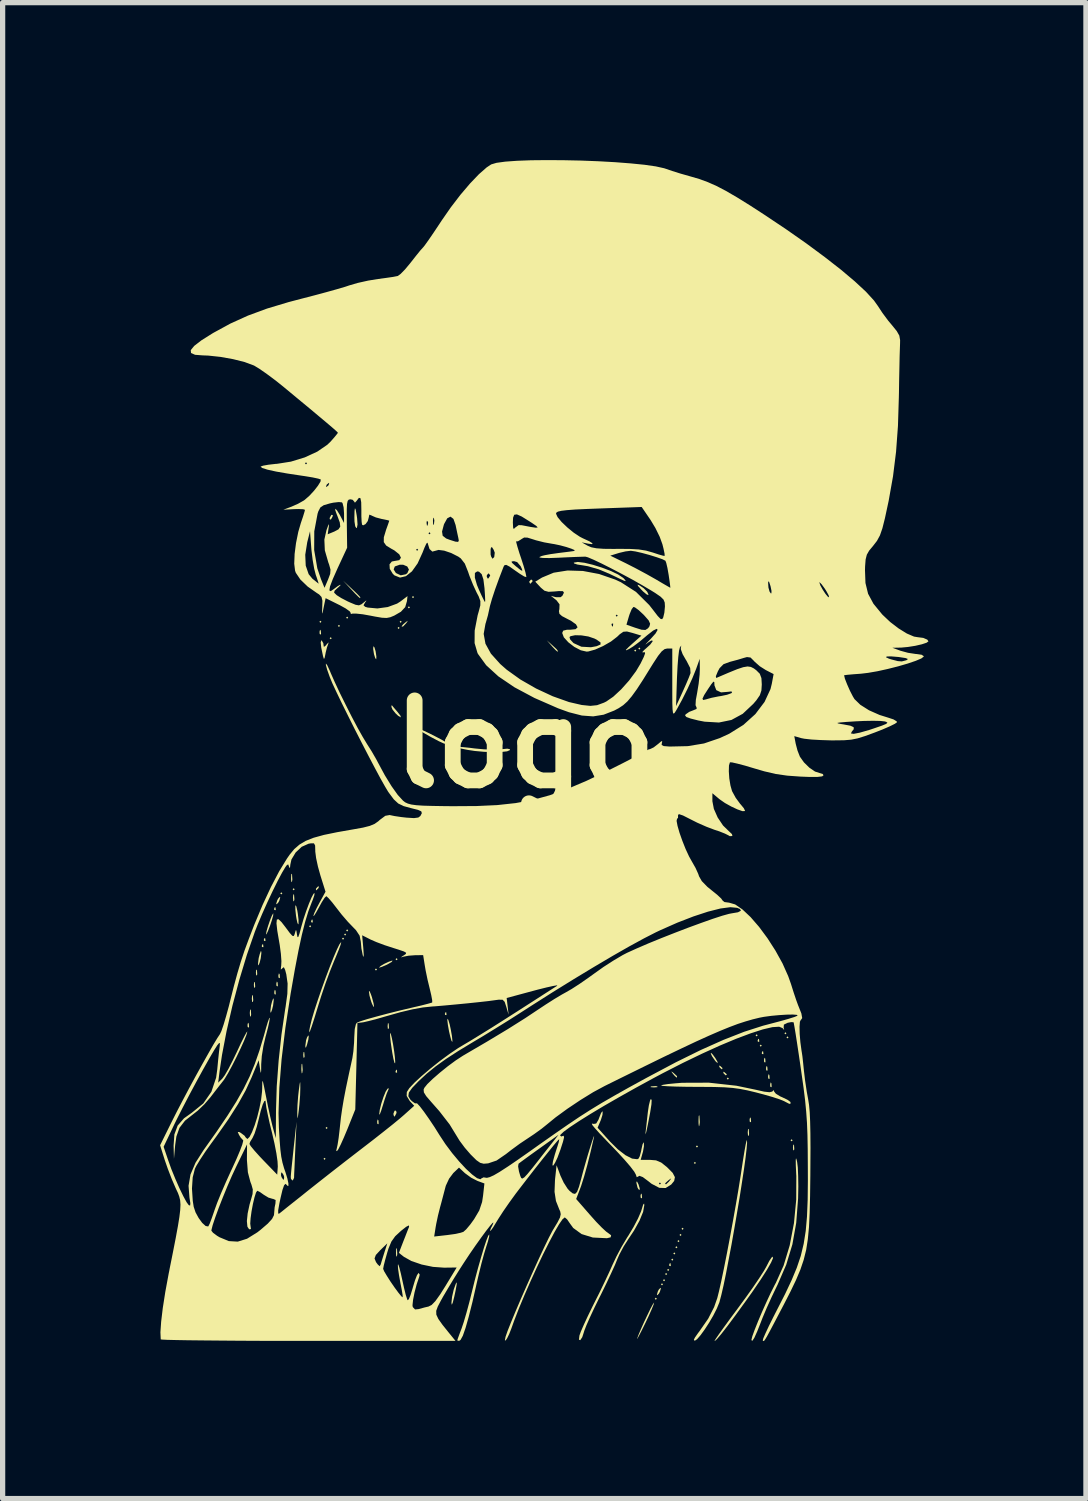
<source format=kicad_pcb>
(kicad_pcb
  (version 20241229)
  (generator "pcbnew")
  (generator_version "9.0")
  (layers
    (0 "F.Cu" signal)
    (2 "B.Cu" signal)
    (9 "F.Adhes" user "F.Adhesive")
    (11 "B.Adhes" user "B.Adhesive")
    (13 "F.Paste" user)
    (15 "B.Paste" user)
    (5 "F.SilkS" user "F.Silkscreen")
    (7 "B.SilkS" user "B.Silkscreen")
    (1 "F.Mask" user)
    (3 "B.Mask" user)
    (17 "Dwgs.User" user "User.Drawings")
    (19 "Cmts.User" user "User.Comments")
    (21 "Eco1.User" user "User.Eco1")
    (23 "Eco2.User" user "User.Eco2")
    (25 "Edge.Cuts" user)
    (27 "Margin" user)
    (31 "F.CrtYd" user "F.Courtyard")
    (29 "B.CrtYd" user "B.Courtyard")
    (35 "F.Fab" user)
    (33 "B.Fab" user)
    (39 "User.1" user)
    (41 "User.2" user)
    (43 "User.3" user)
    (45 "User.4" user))
  (footprint "logo"
    (layer "F.Cu")
    (at 6.954 11.127)
    (property "Reference" "logo" (at 0 0 0) (layer "F.SilkS") (effects (font (size 1.524 1.524) (thickness 0.3))))
    (attr board_only exclude_from_pos_files exclude_from_bom)
    (fp_poly (pts (xy -4.625 2.842) (xy -4.645 2.861) (xy -4.665 2.842) (xy -4.645 2.822)) (stroke (width 0) (type solid)) (fill yes) (layer "F.SilkS"))
    (fp_poly (pts (xy -4.39 2.763) (xy -4.41 2.783) (xy -4.429 2.763) (xy -4.41 2.744)) (stroke (width 0) (type solid)) (fill yes) (layer "F.SilkS"))
    (fp_poly (pts (xy -4.077 3.469) (xy -4.096 3.489) (xy -4.116 3.469) (xy -4.096 3.449)) (stroke (width 0) (type solid)) (fill yes) (layer "F.SilkS"))
    (fp_poly (pts (xy -3.881 -2.332) (xy -3.9 -2.313) (xy -3.92 -2.332) (xy -3.9 -2.352)) (stroke (width 0) (type solid)) (fill yes) (layer "F.SilkS"))
    (fp_poly (pts (xy -3.802 7.898) (xy -3.822 7.918) (xy -3.841 7.898) (xy -3.822 7.879)) (stroke (width 0) (type solid)) (fill yes) (layer "F.SilkS"))
    (fp_poly (pts (xy -3.763 7.31) (xy -3.783 7.33) (xy -3.802 7.31) (xy -3.783 7.291)) (stroke (width 0) (type solid)) (fill yes) (layer "F.SilkS"))
    (fp_poly (pts (xy -3.685 -2.019) (xy -3.704 -1.999) (xy -3.724 -2.019) (xy -3.704 -2.038)) (stroke (width 0) (type solid)) (fill yes) (layer "F.SilkS"))
    (fp_poly (pts (xy -3.528 -2.254) (xy -3.547 -2.234) (xy -3.567 -2.254) (xy -3.547 -2.273)) (stroke (width 0) (type solid)) (fill yes) (layer "F.SilkS"))
    (fp_poly (pts (xy -3.449 3.704) (xy -3.469 3.724) (xy -3.489 3.704) (xy -3.469 3.685)) (stroke (width 0) (type solid)) (fill yes) (layer "F.SilkS"))
    (fp_poly (pts (xy -3.41 3.626) (xy -3.43 3.645) (xy -3.449 3.626) (xy -3.43 3.606)) (stroke (width 0) (type solid)) (fill yes) (layer "F.SilkS"))
    (fp_poly (pts (xy -3.371 -2.411) (xy -3.391 -2.391) (xy -3.41 -2.411) (xy -3.391 -2.43)) (stroke (width 0) (type solid)) (fill yes) (layer "F.SilkS"))
    (fp_poly (pts (xy -3.371 3.547) (xy -3.391 3.567) (xy -3.41 3.547) (xy -3.391 3.528)) (stroke (width 0) (type solid)) (fill yes) (layer "F.SilkS"))
    (fp_poly (pts (xy -2.822 4.292) (xy -2.842 4.312) (xy -2.861 4.292) (xy -2.842 4.273)) (stroke (width 0) (type solid)) (fill yes) (layer "F.SilkS"))
    (fp_poly (pts (xy -2.43 4.096) (xy -2.45 4.116) (xy -2.469 4.096) (xy -2.45 4.077)) (stroke (width 0) (type solid)) (fill yes) (layer "F.SilkS"))
    (fp_poly (pts (xy -2.391 -2.215) (xy -2.411 -2.195) (xy -2.43 -2.215) (xy -2.411 -2.234)) (stroke (width 0) (type solid)) (fill yes) (layer "F.SilkS"))
    (fp_poly (pts (xy -2.352 -2.332) (xy -2.371 -2.313) (xy -2.391 -2.332) (xy -2.371 -2.352)) (stroke (width 0) (type solid)) (fill yes) (layer "F.SilkS"))
    (fp_poly (pts (xy -2.195 -2.607) (xy -2.215 -2.587) (xy -2.234 -2.607) (xy -2.215 -2.626)) (stroke (width 0) (type solid)) (fill yes) (layer "F.SilkS"))
    (fp_poly (pts (xy -2.117 -2.803) (xy -2.136 -2.783) (xy -2.156 -2.803) (xy -2.136 -2.822)) (stroke (width 0) (type solid)) (fill yes) (layer "F.SilkS"))
    (fp_poly (pts (xy 2.117 -1.783) (xy 2.097 -1.764) (xy 2.077 -1.783) (xy 2.097 -1.803)) (stroke (width 0) (type solid)) (fill yes) (layer "F.SilkS"))
    (fp_poly (pts (xy 2.195 -1.823) (xy 2.175 -1.803) (xy 2.156 -1.823) (xy 2.175 -1.842)) (stroke (width 0) (type solid)) (fill yes) (layer "F.SilkS"))
    (fp_poly (pts (xy 2.509 10.564) (xy 2.489 10.583) (xy 2.469 10.564) (xy 2.489 10.544)) (stroke (width 0) (type solid)) (fill yes) (layer "F.SilkS"))
    (fp_poly (pts (xy 2.626 10.289) (xy 2.607 10.309) (xy 2.587 10.289) (xy 2.607 10.27)) (stroke (width 0) (type solid)) (fill yes) (layer "F.SilkS"))
    (fp_poly (pts (xy 2.665 10.211) (xy 2.646 10.231) (xy 2.626 10.211) (xy 2.646 10.191)) (stroke (width 0) (type solid)) (fill yes) (layer "F.SilkS"))
    (fp_poly (pts (xy 2.705 10.093) (xy 2.685 10.113) (xy 2.665 10.093) (xy 2.685 10.074)) (stroke (width 0) (type solid)) (fill yes) (layer "F.SilkS"))
    (fp_poly (pts (xy 2.744 10.015) (xy 2.724 10.035) (xy 2.705 10.015) (xy 2.724 9.995)) (stroke (width 0) (type solid)) (fill yes) (layer "F.SilkS"))
    (fp_poly (pts (xy 2.822 9.819) (xy 2.803 9.839) (xy 2.783 9.819) (xy 2.803 9.799)) (stroke (width 0) (type solid)) (fill yes) (layer "F.SilkS"))
    (fp_poly (pts (xy 2.861 9.701) (xy 2.842 9.721) (xy 2.822 9.701) (xy 2.842 9.682)) (stroke (width 0) (type solid)) (fill yes) (layer "F.SilkS"))
    (fp_poly (pts (xy 2.901 9.584) (xy 2.881 9.603) (xy 2.861 9.584) (xy 2.881 9.564)) (stroke (width 0) (type solid)) (fill yes) (layer "F.SilkS"))
    (fp_poly (pts (xy 2.94 9.466) (xy 2.92 9.486) (xy 2.901 9.466) (xy 2.92 9.447)) (stroke (width 0) (type solid)) (fill yes) (layer "F.SilkS"))
    (fp_poly (pts (xy 2.979 9.349) (xy 2.959 9.368) (xy 2.94 9.349) (xy 2.959 9.329)) (stroke (width 0) (type solid)) (fill yes) (layer "F.SilkS"))
    (fp_poly (pts (xy 3.018 9.231) (xy 2.999 9.251) (xy 2.979 9.231) (xy 2.999 9.211)) (stroke (width 0) (type solid)) (fill yes) (layer "F.SilkS"))
    (fp_poly (pts (xy 3.253 7.977) (xy 3.234 7.996) (xy 3.214 7.977) (xy 3.234 7.957)) (stroke (width 0) (type solid)) (fill yes) (layer "F.SilkS"))
    (fp_poly (pts (xy 3.293 7.663) (xy 3.273 7.683) (xy 3.253 7.663) (xy 3.273 7.644)) (stroke (width 0) (type solid)) (fill yes) (layer "F.SilkS"))
    (fp_poly (pts (xy 3.881 6.37) (xy 3.861 6.389) (xy 3.841 6.37) (xy 3.861 6.35)) (stroke (width 0) (type solid)) (fill yes) (layer "F.SilkS"))
    (fp_poly (pts (xy 4.429 5.546) (xy 4.41 5.566) (xy 4.39 5.546) (xy 4.41 5.527)) (stroke (width 0) (type solid)) (fill yes) (layer "F.SilkS"))
    (fp_poly (pts (xy 4.508 5.742) (xy 4.488 5.762) (xy 4.469 5.742) (xy 4.488 5.723)) (stroke (width 0) (type solid)) (fill yes) (layer "F.SilkS"))
    (fp_poly (pts (xy 4.978 5.507) (xy 4.958 5.527) (xy 4.939 5.507) (xy 4.958 5.488)) (stroke (width 0) (type solid)) (fill yes) (layer "F.SilkS"))
    (fp_poly (pts (xy 5.017 5.586) (xy 4.998 5.605) (xy 4.978 5.586) (xy 4.998 5.566)) (stroke (width 0) (type solid)) (fill yes) (layer "F.SilkS"))
    (fp_poly (pts (xy 5.096 7.546) (xy 5.076 7.565) (xy 5.056 7.546) (xy 5.076 7.526)) (stroke (width 0) (type solid)) (fill yes) (layer "F.SilkS"))
    (fp_poly (pts (xy -5.265 5.324) (xy -5.26 5.385) (xy -5.268 5.399) (xy -5.286 5.387) (xy -5.289 5.347) (xy -5.279 5.305)) (stroke (width 0) (type solid)) (fill yes) (layer "F.SilkS"))
    (fp_poly (pts (xy -5.148 4.537) (xy -5.143 4.617) (xy -5.148 4.635) (xy -5.162 4.64) (xy -5.168 4.586) (xy -5.162 4.53)) (stroke (width 0) (type solid)) (fill yes) (layer "F.SilkS"))
    (fp_poly (pts (xy -5.109 4.302) (xy -5.104 4.382) (xy -5.109 4.4) (xy -5.123 4.405) (xy -5.129 4.351) (xy -5.123 4.295)) (stroke (width 0) (type solid)) (fill yes) (layer "F.SilkS"))
    (fp_poly (pts (xy -4.991 3.815) (xy -4.986 3.862) (xy -4.991 3.867) (xy -5.014 3.862) (xy -5.017 3.841) (xy -5.003 3.809)) (stroke (width 0) (type solid)) (fill yes) (layer "F.SilkS"))
    (fp_poly (pts (xy -4.952 3.698) (xy -4.947 3.744) (xy -4.952 3.75) (xy -4.975 3.745) (xy -4.978 3.724) (xy -4.964 3.692)) (stroke (width 0) (type solid)) (fill yes) (layer "F.SilkS"))
    (fp_poly (pts (xy -4.756 3.11) (xy -4.751 3.156) (xy -4.756 3.162) (xy -4.779 3.157) (xy -4.782 3.136) (xy -4.768 3.104)) (stroke (width 0) (type solid)) (fill yes) (layer "F.SilkS"))
    (fp_poly (pts (xy -4.755 4.696) (xy -4.751 4.758) (xy -4.758 4.771) (xy -4.776 4.76) (xy -4.779 4.72) (xy -4.769 4.678)) (stroke (width 0) (type solid)) (fill yes) (layer "F.SilkS"))
    (fp_poly (pts (xy -4.716 4.54) (xy -4.711 4.601) (xy -4.719 4.615) (xy -4.737 4.603) (xy -4.74 4.563) (xy -4.73 4.521)) (stroke (width 0) (type solid)) (fill yes) (layer "F.SilkS"))
    (fp_poly (pts (xy -4.677 4.383) (xy -4.672 4.444) (xy -4.68 4.458) (xy -4.698 4.446) (xy -4.701 4.406) (xy -4.691 4.365)) (stroke (width 0) (type solid)) (fill yes) (layer "F.SilkS"))
    (fp_poly (pts (xy -4.207 5.87) (xy -4.202 5.95) (xy -4.207 5.968) (xy -4.222 5.973) (xy -4.227 5.919) (xy -4.221 5.863)) (stroke (width 0) (type solid)) (fill yes) (layer "F.SilkS"))
    (fp_poly (pts (xy -4.05 3.345) (xy -4.046 3.391) (xy -4.05 3.397) (xy -4.074 3.392) (xy -4.077 3.371) (xy -4.062 3.339)) (stroke (width 0) (type solid)) (fill yes) (layer "F.SilkS"))
    (fp_poly (pts (xy -3.893 -2.163) (xy -3.888 -2.102) (xy -3.896 -2.088) (xy -3.914 -2.1) (xy -3.917 -2.14) (xy -3.907 -2.181)) (stroke (width 0) (type solid)) (fill yes) (layer "F.SilkS"))
    (fp_poly (pts (xy -2.795 7.166) (xy -2.791 7.227) (xy -2.799 7.241) (xy -2.816 7.229) (xy -2.819 7.189) (xy -2.81 7.148)) (stroke (width 0) (type solid)) (fill yes) (layer "F.SilkS"))
    (fp_poly (pts (xy -2.6 5.321) (xy -2.595 5.401) (xy -2.6 5.419) (xy -2.615 5.424) (xy -2.62 5.37) (xy -2.614 5.314)) (stroke (width 0) (type solid)) (fill yes) (layer "F.SilkS"))
    (fp_poly (pts (xy -2.443 6.206) (xy -2.439 6.253) (xy -2.443 6.259) (xy -2.467 6.253) (xy -2.469 6.232) (xy -2.455 6.2)) (stroke (width 0) (type solid)) (fill yes) (layer "F.SilkS"))
    (fp_poly (pts (xy -1.503 5.109) (xy -1.498 5.155) (xy -1.503 5.161) (xy -1.526 5.156) (xy -1.529 5.135) (xy -1.514 5.103)) (stroke (width 0) (type solid)) (fill yes) (layer "F.SilkS"))
    (fp_poly (pts (xy -1.343 0.016) (xy -1.355 0.033) (xy -1.395 0.036) (xy -1.437 0.027) (xy -1.418 0.012) (xy -1.357 0.008)) (stroke (width 0) (type solid)) (fill yes) (layer "F.SilkS"))
    (fp_poly (pts (xy 2.222 8.577) (xy 2.227 8.638) (xy 2.219 8.652) (xy 2.201 8.64) (xy 2.198 8.601) (xy 2.208 8.559)) (stroke (width 0) (type solid)) (fill yes) (layer "F.SilkS"))
    (fp_poly (pts (xy 2.77 9.891) (xy 2.775 9.937) (xy 2.77 9.943) (xy 2.747 9.938) (xy 2.744 9.917) (xy 2.758 9.885)) (stroke (width 0) (type solid)) (fill yes) (layer "F.SilkS"))
    (fp_poly (pts (xy 4.299 7.127) (xy 4.304 7.188) (xy 4.296 7.202) (xy 4.278 7.19) (xy 4.276 7.15) (xy 4.285 7.108)) (stroke (width 0) (type solid)) (fill yes) (layer "F.SilkS"))
    (fp_poly (pts (xy 4.455 5.618) (xy 4.46 5.665) (xy 4.455 5.671) (xy 4.432 5.665) (xy 4.429 5.644) (xy 4.444 5.612)) (stroke (width 0) (type solid)) (fill yes) (layer "F.SilkS"))
    (fp_poly (pts (xy 4.534 5.853) (xy 4.539 5.9) (xy 4.534 5.906) (xy 4.511 5.9) (xy 4.508 5.88) (xy 4.522 5.847)) (stroke (width 0) (type solid)) (fill yes) (layer "F.SilkS"))
    (fp_poly (pts (xy 4.574 5.99) (xy 4.578 6.051) (xy 4.571 6.065) (xy 4.553 6.053) (xy 4.55 6.014) (xy 4.56 5.972)) (stroke (width 0) (type solid)) (fill yes) (layer "F.SilkS"))
    (fp_poly (pts (xy 4.613 6.147) (xy 4.618 6.208) (xy 4.61 6.222) (xy 4.592 6.21) (xy 4.589 6.17) (xy 4.599 6.129)) (stroke (width 0) (type solid)) (fill yes) (layer "F.SilkS"))
    (fp_poly (pts (xy 4.652 6.303) (xy 4.657 6.365) (xy 4.649 6.379) (xy 4.631 6.367) (xy 4.628 6.327) (xy 4.638 6.285)) (stroke (width 0) (type solid)) (fill yes) (layer "F.SilkS"))
    (fp_poly (pts (xy 4.691 6.46) (xy 4.696 6.522) (xy 4.688 6.535) (xy 4.67 6.524) (xy 4.668 6.484) (xy 4.677 6.442)) (stroke (width 0) (type solid)) (fill yes) (layer "F.SilkS"))
    (fp_poly (pts (xy 5.122 7.634) (xy 5.127 7.714) (xy 5.122 7.732) (xy 5.107 7.737) (xy 5.102 7.683) (xy 5.108 7.627)) (stroke (width 0) (type solid)) (fill yes) (layer "F.SilkS"))
    (fp_poly (pts (xy -3.663 -4.364) (xy -3.67 -4.333) (xy -3.701 -4.278) (xy -3.722 -4.287) (xy -3.724 -4.309) (xy -3.695 -4.363) (xy -3.685 -4.37)) (stroke (width 0) (type solid)) (fill yes) (layer "F.SilkS"))
    (fp_poly (pts (xy 3.718 6.131) (xy 3.76 6.17) (xy 3.751 6.193) (xy 3.746 6.193) (xy 3.713 6.165) (xy 3.7 6.148) (xy 3.696 6.121)) (stroke (width 0) (type solid)) (fill yes) (layer "F.SilkS"))
    (fp_poly (pts (xy 3.796 6.248) (xy 3.838 6.285) (xy 3.841 6.294) (xy 3.823 6.31) (xy 3.784 6.274) (xy 3.779 6.266) (xy 3.774 6.239)) (stroke (width 0) (type solid)) (fill yes) (layer "F.SilkS"))
    (fp_poly (pts (xy -5.227 5.06) (xy -5.225 5.067) (xy -5.22 5.152) (xy -5.227 5.185) (xy -5.24 5.186) (xy -5.245 5.125) (xy -5.245 5.115) (xy -5.239 5.054)) (stroke (width 0) (type solid)) (fill yes) (layer "F.SilkS"))
    (fp_poly (pts (xy -5.188 4.786) (xy -5.186 4.793) (xy -5.18 4.878) (xy -5.188 4.91) (xy -5.2 4.912) (xy -5.206 4.85) (xy -5.206 4.841) (xy -5.2 4.78)) (stroke (width 0) (type solid)) (fill yes) (layer "F.SilkS"))
    (fp_poly (pts (xy -4.666 2.92) (xy -4.685 2.985) (xy -4.704 3.018) (xy -4.735 3.05) (xy -4.742 3.038) (xy -4.722 2.973) (xy -4.704 2.94) (xy -4.673 2.908)) (stroke (width 0) (type solid)) (fill yes) (layer "F.SilkS"))
    (fp_poly (pts (xy -4.441 2.479) (xy -4.435 2.579) (xy -4.441 2.616) (xy -4.453 2.629) (xy -4.459 2.574) (xy -4.459 2.548) (xy -4.455 2.477) (xy -4.445 2.468)) (stroke (width 0) (type solid)) (fill yes) (layer "F.SilkS"))
    (fp_poly (pts (xy -4.404 2.865) (xy -4.402 2.872) (xy -4.396 2.957) (xy -4.404 2.99) (xy -4.416 2.991) (xy -4.422 2.929) (xy -4.422 2.92) (xy -4.416 2.859)) (stroke (width 0) (type solid)) (fill yes) (layer "F.SilkS"))
    (fp_poly (pts (xy -4.245 6.105) (xy -4.238 6.208) (xy -4.246 6.262) (xy -4.256 6.271) (xy -4.262 6.215) (xy -4.263 6.174) (xy -4.259 6.098) (xy -4.25 6.086)) (stroke (width 0) (type solid)) (fill yes) (layer "F.SilkS"))
    (fp_poly (pts (xy -3.932 2.73) (xy -3.939 2.744) (xy -3.976 2.781) (xy -3.983 2.783) (xy -3.986 2.758) (xy -3.979 2.744) (xy -3.942 2.706) (xy -3.935 2.705)) (stroke (width 0) (type solid)) (fill yes) (layer "F.SilkS"))
    (fp_poly (pts (xy -2.449 7.006) (xy -2.455 7.036) (xy -2.483 7.088) (xy -2.493 7.095) (xy -2.507 7.063) (xy -2.509 7.036) (xy -2.488 6.984) (xy -2.471 6.977)) (stroke (width 0) (type solid)) (fill yes) (layer "F.SilkS"))
    (fp_poly (pts (xy -2.442 9.613) (xy -2.436 9.713) (xy -2.442 9.75) (xy -2.454 9.763) (xy -2.46 9.708) (xy -2.46 9.682) (xy -2.456 9.61) (xy -2.446 9.602)) (stroke (width 0) (type solid)) (fill yes) (layer "F.SilkS"))
    (fp_poly (pts (xy -2.247 -2.331) (xy -2.268 -2.303) (xy -2.326 -2.242) (xy -2.351 -2.242) (xy -2.352 -2.249) (xy -2.325 -2.282) (xy -2.283 -2.318) (xy -2.237 -2.352)) (stroke (width 0) (type solid)) (fill yes) (layer "F.SilkS"))
    (fp_poly (pts (xy 0.143 -3.112) (xy 0.137 -3.097) (xy 0.102 -3.059) (xy 0.096 -3.057) (xy 0.079 -3.088) (xy 0.078 -3.097) (xy 0.109 -3.134) (xy 0.12 -3.136)) (stroke (width 0) (type solid)) (fill yes) (layer "F.SilkS"))
    (fp_poly (pts (xy 0.519 -1.884) (xy 0.601 -1.808) (xy 0.627 -1.771) (xy 0.614 -1.764) (xy 0.583 -1.79) (xy 0.521 -1.855) (xy 0.507 -1.872) (xy 0.412 -1.979)) (stroke (width 0) (type solid)) (fill yes) (layer "F.SilkS"))
    (fp_poly (pts (xy 2.159 8.384) (xy 2.182 8.46) (xy 2.181 8.494) (xy 2.157 8.477) (xy 2.141 8.446) (xy 2.121 8.364) (xy 2.119 8.336) (xy 2.132 8.332)) (stroke (width 0) (type solid)) (fill yes) (layer "F.SilkS"))
    (fp_poly (pts (xy 2.519 6.52) (xy 2.52 6.533) (xy 2.459 6.538) (xy 2.45 6.538) (xy 2.389 6.533) (xy 2.395 6.521) (xy 2.402 6.519) (xy 2.487 6.513)) (stroke (width 0) (type solid)) (fill yes) (layer "F.SilkS"))
    (fp_poly (pts (xy 2.586 10.368) (xy 2.566 10.432) (xy 2.548 10.466) (xy 2.517 10.497) (xy 2.51 10.485) (xy 2.529 10.421) (xy 2.548 10.387) (xy 2.579 10.356)) (stroke (width 0) (type solid)) (fill yes) (layer "F.SilkS"))
    (fp_poly (pts (xy 2.804 6.245) (xy 2.832 6.267) (xy 2.893 6.324) (xy 2.893 6.349) (xy 2.886 6.35) (xy 2.853 6.323) (xy 2.817 6.281) (xy 2.783 6.235)) (stroke (width 0) (type solid)) (fill yes) (layer "F.SilkS"))
    (fp_poly (pts (xy 3.32 7.085) (xy 3.327 7.199) (xy 3.32 7.261) (xy 3.311 7.28) (xy 3.304 7.231) (xy 3.303 7.173) (xy 3.306 7.088) (xy 3.314 7.065)) (stroke (width 0) (type solid)) (fill yes) (layer "F.SilkS"))
    (fp_poly (pts (xy 4.259 7.334) (xy 4.26 7.34) (xy 4.266 7.426) (xy 4.259 7.458) (xy 4.246 7.459) (xy 4.241 7.398) (xy 4.241 7.389) (xy 4.247 7.328)) (stroke (width 0) (type solid)) (fill yes) (layer "F.SilkS"))
    (fp_poly (pts (xy -4.123 5.567) (xy -4.131 5.632) (xy -4.155 5.723) (xy -4.177 5.783) (xy -4.186 5.77) (xy -4.187 5.742) (xy -4.173 5.639) (xy -4.155 5.586) (xy -4.131 5.546)) (stroke (width 0) (type solid)) (fill yes) (layer "F.SilkS"))
    (fp_poly (pts (xy -3.302 -2.961) (xy -3.2 -2.864) (xy -3.148 -2.809) (xy -3.138 -2.786) (xy -3.147 -2.783) (xy -3.178 -2.809) (xy -3.246 -2.877) (xy -3.314 -2.95) (xy -3.469 -3.116)) (stroke (width 0) (type solid)) (fill yes) (layer "F.SilkS"))
    (fp_poly (pts (xy 3.572 5.909) (xy 3.622 5.978) (xy 3.664 6.05) (xy 3.666 6.076) (xy 3.632 6.045) (xy 3.617 6.027) (xy 3.561 5.946) (xy 3.536 5.891) (xy 3.541 5.88)) (stroke (width 0) (type solid)) (fill yes) (layer "F.SilkS"))
    (fp_poly (pts (xy -5.026 3.953) (xy -5.025 3.979) (xy -5.037 4.078) (xy -5.056 4.155) (xy -5.079 4.214) (xy -5.087 4.2) (xy -5.088 4.175) (xy -5.076 4.075) (xy -5.056 3.998) (xy -5.034 3.939)) (stroke (width 0) (type solid)) (fill yes) (layer "F.SilkS"))
    (fp_poly (pts (xy -4.791 4.854) (xy -4.79 4.88) (xy -4.802 4.98) (xy -4.821 5.056) (xy -4.844 5.116) (xy -4.852 5.102) (xy -4.853 5.076) (xy -4.841 4.977) (xy -4.821 4.9) (xy -4.799 4.841)) (stroke (width 0) (type solid)) (fill yes) (layer "F.SilkS"))
    (fp_poly (pts (xy 2.179 -3.025) (xy 2.26 -2.97) (xy 2.324 -2.905) (xy 2.349 -2.853) (xy 2.345 -2.841) (xy 2.31 -2.856) (xy 2.243 -2.913) (xy 2.212 -2.945) (xy 2.149 -3.016) (xy 2.142 -3.04)) (stroke (width 0) (type solid)) (fill yes) (layer "F.SilkS"))
    (fp_poly (pts (xy -3.228 -4.467) (xy -3.209 -4.361) (xy -3.201 -4.302) (xy -3.193 -4.185) (xy -3.205 -4.122) (xy -3.215 -4.116) (xy -3.237 -4.151) (xy -3.251 -4.242) (xy -3.253 -4.318) (xy -3.25 -4.446) (xy -3.242 -4.496)) (stroke (width 0) (type solid)) (fill yes) (layer "F.SilkS"))
    (fp_poly (pts (xy -2.939 4.761) (xy -2.919 4.82) (xy -2.888 4.934) (xy -2.879 4.997) (xy -2.889 5.003) (xy -2.918 4.943) (xy -2.935 4.896) (xy -2.965 4.79) (xy -2.976 4.709) (xy -2.976 4.708) (xy -2.965 4.703)) (stroke (width 0) (type solid)) (fill yes) (layer "F.SilkS"))
    (fp_poly (pts (xy -2.538 -0.741) (xy -2.508 -0.704) (xy -2.447 -0.633) (xy -2.433 -0.617) (xy -2.373 -0.539) (xy -2.37 -0.511) (xy -2.418 -0.54) (xy -2.469 -0.588) (xy -2.527 -0.661) (xy -2.548 -0.712) (xy -2.542 -0.744)) (stroke (width 0) (type solid)) (fill yes) (layer "F.SilkS"))
    (fp_poly (pts (xy -2.525 4.125) (xy -2.546 4.15) (xy -2.618 4.192) (xy -2.646 4.206) (xy -2.733 4.243) (xy -2.78 4.256) (xy -2.783 4.253) (xy -2.752 4.224) (xy -2.68 4.182) (xy -2.598 4.144) (xy -2.538 4.124)) (stroke (width 0) (type solid)) (fill yes) (layer "F.SilkS"))
    (fp_poly (pts (xy -4.801 3.267) (xy -4.827 3.36) (xy -4.858 3.453) (xy -4.898 3.558) (xy -4.927 3.619) (xy -4.936 3.623) (xy -4.927 3.565) (xy -4.9 3.471) (xy -4.865 3.367) (xy -4.83 3.278) (xy -4.804 3.228) (xy -4.797 3.225)) (stroke (width 0) (type solid)) (fill yes) (layer "F.SilkS"))
    (fp_poly (pts (xy -4.359 3.091) (xy -4.34 3.172) (xy -4.33 3.232) (xy -4.317 3.343) (xy -4.317 3.418) (xy -4.321 3.433) (xy -4.337 3.409) (xy -4.355 3.329) (xy -4.365 3.268) (xy -4.377 3.156) (xy -4.378 3.082) (xy -4.374 3.067)) (stroke (width 0) (type solid)) (fill yes) (layer "F.SilkS"))
    (fp_poly (pts (xy -2.871 -1.845) (xy -2.849 -1.771) (xy -2.847 -1.759) (xy -2.834 -1.669) (xy -2.837 -1.619) (xy -2.838 -1.618) (xy -2.856 -1.64) (xy -2.879 -1.714) (xy -2.881 -1.725) (xy -2.895 -1.815) (xy -2.891 -1.865) (xy -2.89 -1.866)) (stroke (width 0) (type solid)) (fill yes) (layer "F.SilkS"))
    (fp_poly (pts (xy -1.463 5.254) (xy -1.438 5.337) (xy -1.417 5.434) (xy -1.395 5.557) (xy -1.386 5.645) (xy -1.388 5.674) (xy -1.404 5.648) (xy -1.428 5.565) (xy -1.45 5.468) (xy -1.472 5.346) (xy -1.482 5.258) (xy -1.479 5.229)) (stroke (width 0) (type solid)) (fill yes) (layer "F.SilkS"))
    (fp_poly (pts (xy -1.305 10.298) (xy -1.326 10.413) (xy -1.35 10.525) (xy -1.379 10.638) (xy -1.397 10.679) (xy -1.404 10.644) (xy -1.404 10.642) (xy -1.392 10.527) (xy -1.361 10.392) (xy -1.353 10.368) (xy -1.319 10.273) (xy -1.303 10.251)) (stroke (width 0) (type solid)) (fill yes) (layer "F.SilkS"))
    (fp_poly (pts (xy -2.609 6.589) (xy -2.637 6.654) (xy -2.676 6.768) (xy -2.71 6.879) (xy -2.745 6.99) (xy -2.77 7.052) (xy -2.78 7.053) (xy -2.77 6.968) (xy -2.741 6.849) (xy -2.7 6.724) (xy -2.658 6.62) (xy -2.622 6.563) (xy -2.619 6.561) (xy -2.594 6.557)) (stroke (width 0) (type solid)) (fill yes) (layer "F.SilkS"))
    (fp_poly (pts (xy -2.558 5.523) (xy -2.538 5.604) (xy -2.516 5.719) (xy -2.496 5.847) (xy -2.481 5.965) (xy -2.475 6.052) (xy -2.478 6.081) (xy -2.49 6.067) (xy -2.51 5.991) (xy -2.533 5.867) (xy -2.54 5.82) (xy -2.561 5.675) (xy -2.572 5.563) (xy -2.573 5.503) (xy -2.572 5.499)) (stroke (width 0) (type solid)) (fill yes) (layer "F.SilkS"))
    (fp_poly (pts (xy 2.41 6.777) (xy 2.406 6.86) (xy 2.382 7.013) (xy 2.339 7.238) (xy 2.328 7.291) (xy 2.306 7.393) (xy 2.293 7.433) (xy 2.293 7.403) (xy 2.295 7.389) (xy 2.31 7.257) (xy 2.328 7.095) (xy 2.338 7.005) (xy 2.357 6.88) (xy 2.379 6.79) (xy 2.394 6.759)) (stroke (width 0) (type solid)) (fill yes) (layer "F.SilkS"))
    (fp_poly (pts (xy -4.378 7.702) (xy -4.387 7.897) (xy -4.394 8.066) (xy -4.4 8.191) (xy -4.402 8.257) (xy -4.402 8.261) (xy -4.424 8.306) (xy -4.436 8.31) (xy -4.462 8.278) (xy -4.465 8.241) (xy -4.46 8.177) (xy -4.448 8.053) (xy -4.43 7.886) (xy -4.41 7.694) (xy -4.409 7.683) (xy -4.355 7.193)) (stroke (width 0) (type solid)) (fill yes) (layer "F.SilkS"))
    (fp_poly (pts (xy -4.284 6.457) (xy -4.283 6.545) (xy -4.283 6.546) (xy -4.287 6.688) (xy -4.3 6.859) (xy -4.31 6.958) (xy -4.326 7.079) (xy -4.335 7.127) (xy -4.339 7.105) (xy -4.341 7.017) (xy -4.341 7.016) (xy -4.337 6.874) (xy -4.324 6.703) (xy -4.313 6.605) (xy -4.297 6.483) (xy -4.288 6.435)) (stroke (width 0) (type solid)) (fill yes) (layer "F.SilkS"))
    (fp_poly (pts (xy -2.022 -0.295) (xy -1.935 -0.258) (xy -1.82 -0.204) (xy -1.698 -0.142) (xy -1.588 -0.084) (xy -1.512 -0.039) (xy -1.49 -0.019) (xy -1.503 -0.003) (xy -1.55 -0.014) (xy -1.642 -0.056) (xy -1.79 -0.134) (xy -1.812 -0.146) (xy -1.934 -0.216) (xy -2.023 -0.271) (xy -2.061 -0.302) (xy -2.061 -0.304)) (stroke (width 0) (type solid)) (fill yes) (layer "F.SilkS"))
    (fp_poly (pts (xy 2.457 10.636) (xy 2.447 10.675) (xy 2.409 10.769) (xy 2.349 10.903) (xy 2.294 11.019) (xy 2.223 11.163) (xy 2.168 11.27) (xy 2.137 11.326) (xy 2.132 11.328) (xy 2.158 11.256) (xy 2.205 11.144) (xy 2.264 11.012) (xy 2.328 10.877) (xy 2.386 10.757) (xy 2.432 10.671) (xy 2.456 10.636)) (stroke (width 0) (type solid)) (fill yes) (layer "F.SilkS"))
    (fp_poly (pts (xy -3.875 -1.976) (xy -3.845 -1.923) (xy -3.841 -1.891) (xy -3.834 -1.853) (xy -3.802 -1.876) (xy -3.78 -1.903) (xy -3.745 -1.94) (xy -3.748 -1.922) (xy -3.775 -1.845) (xy -3.802 -1.736) (xy -3.803 -1.726) (xy -3.821 -1.64) (xy -3.834 -1.625) (xy -3.85 -1.676) (xy -3.852 -1.685) (xy -3.884 -1.838) (xy -3.895 -1.939) (xy -3.883 -1.978)) (stroke (width 0) (type solid)) (fill yes) (layer "F.SilkS"))
    (fp_poly (pts (xy -1.193 0.055) (xy -1.062 0.068) (xy -0.961 0.081) (xy -0.782 0.098) (xy -0.603 0.104) (xy -0.463 0.097) (xy -0.46 0.097) (xy -0.341 0.085) (xy -0.29 0.095) (xy -0.291 0.113) (xy -0.344 0.136) (xy -0.456 0.148) (xy -0.608 0.151) (xy -0.782 0.145) (xy -0.959 0.129) (xy -1.091 0.109) (xy -1.221 0.083) (xy -1.278 0.064) (xy -1.267 0.054)) (stroke (width 0) (type solid)) (fill yes) (layer "F.SilkS"))
    (fp_poly (pts (xy 1.131 -3.456) (xy 1.29 -3.418) (xy 1.463 -3.364) (xy 1.63 -3.3) (xy 1.771 -3.233) (xy 1.868 -3.168) (xy 1.886 -3.15) (xy 1.911 -3.119) (xy 1.914 -3.106) (xy 1.885 -3.114) (xy 1.812 -3.147) (xy 1.685 -3.208) (xy 1.614 -3.242) (xy 1.402 -3.331) (xy 1.198 -3.39) (xy 1.105 -3.406) (xy 0.994 -3.423) (xy 0.931 -3.444) (xy 0.927 -3.459) (xy 1.003 -3.472)) (stroke (width 0) (type solid)) (fill yes) (layer "F.SilkS"))
    (fp_poly (pts (xy -3.504 3.774) (xy -3.513 3.813) (xy -3.547 3.908) (xy -3.602 4.042) (xy -3.645 4.144) (xy -3.72 4.331) (xy -3.805 4.562) (xy -3.887 4.805) (xy -3.943 4.985) (xy -4.012 5.21) (xy -4.064 5.371) (xy -4.098 5.465) (xy -4.114 5.491) (xy -4.11 5.444) (xy -4.096 5.37) (xy -4.063 5.236) (xy -4.012 5.064) (xy -3.947 4.866) (xy -3.874 4.654) (xy -3.797 4.44) (xy -3.72 4.237) (xy -3.648 4.056) (xy -3.586 3.911) (xy -3.538 3.812) (xy -3.508 3.773)) (stroke (width 0) (type solid)) (fill yes) (layer "F.SilkS"))
    (fp_poly (pts (xy 4.722 9.79) (xy 4.685 9.875) (xy 4.607 10.012) (xy 4.49 10.195) (xy 4.338 10.419) (xy 4.204 10.607) (xy 4.017 10.865) (xy 3.862 11.074) (xy 3.741 11.23) (xy 3.657 11.329) (xy 3.614 11.369) (xy 3.608 11.366) (xy 3.63 11.329) (xy 3.691 11.24) (xy 3.786 11.108) (xy 3.906 10.943) (xy 4.045 10.756) (xy 4.058 10.738) (xy 4.206 10.536) (xy 4.344 10.342) (xy 4.461 10.169) (xy 4.549 10.033) (xy 4.597 9.948) (xy 4.651 9.843) (xy 4.697 9.776) (xy 4.714 9.762)) (stroke (width 0) (type solid)) (fill yes) (layer "F.SilkS"))
    (fp_poly (pts (xy -0.686 9.381) (xy -0.71 9.476) (xy -0.743 9.579) (xy -0.783 9.71) (xy -0.832 9.891) (xy -0.883 10.097) (xy -0.921 10.261) (xy -1.003 10.622) (xy -1.075 10.908) (xy -1.136 11.123) (xy -1.187 11.269) (xy -1.231 11.349) (xy -1.259 11.367) (xy -1.293 11.359) (xy -1.293 11.357) (xy -1.281 11.319) (xy -1.248 11.228) (xy -1.212 11.134) (xy -1.17 11.009) (xy -1.118 10.832) (xy -1.063 10.628) (xy -1.016 10.44) (xy -0.959 10.209) (xy -0.899 9.983) (xy -0.839 9.773) (xy -0.785 9.592) (xy -0.738 9.451) (xy -0.703 9.363) (xy -0.683 9.339)) (stroke (width 0) (type solid)) (fill yes) (layer "F.SilkS"))
    (fp_poly (pts (xy 5.172 7.918) (xy 5.181 7.957) (xy 5.194 8.063) (xy 5.201 8.227) (xy 5.204 8.426) (xy 5.2 8.639) (xy 5.199 8.663) (xy 5.164 9.119) (xy 5.091 9.529) (xy 4.974 9.915) (xy 4.807 10.301) (xy 4.792 10.331) (xy 4.697 10.529) (xy 4.602 10.739) (xy 4.522 10.929) (xy 4.489 11.015) (xy 4.42 11.189) (xy 4.366 11.308) (xy 4.329 11.365) (xy 4.312 11.355) (xy 4.312 11.342) (xy 4.328 11.278) (xy 4.371 11.159) (xy 4.434 11.001) (xy 4.51 10.821) (xy 4.593 10.635) (xy 4.675 10.459) (xy 4.75 10.309) (xy 4.777 10.259) (xy 4.924 9.931) (xy 5.04 9.547) (xy 5.121 9.124) (xy 5.164 8.678) (xy 5.166 8.226) (xy 5.164 8.196) (xy 5.156 8.022) (xy 5.155 7.92) (xy 5.16 7.887)) (stroke (width 0) (type solid)) (fill yes) (layer "F.SilkS"))
    (fp_poly (pts (xy 4.024 6.506) (xy 4.39 6.582) (xy 4.554 6.619) (xy 4.656 6.63) (xy 4.706 6.618) (xy 4.713 6.611) (xy 4.738 6.589) (xy 4.742 6.615) (xy 4.776 6.658) (xy 4.859 6.709) (xy 4.9 6.727) (xy 4.996 6.773) (xy 5.051 6.813) (xy 5.056 6.825) (xy 5.054 6.851) (xy 5.031 6.851) (xy 4.969 6.819) (xy 4.931 6.799) (xy 4.85 6.766) (xy 4.713 6.721) (xy 4.542 6.672) (xy 4.402 6.635) (xy 4.236 6.595) (xy 4.093 6.567) (xy 3.952 6.548) (xy 3.794 6.536) (xy 3.601 6.53) (xy 3.353 6.528) (xy 3.283 6.528) (xy 3.059 6.526) (xy 2.865 6.522) (xy 2.714 6.516) (xy 2.617 6.509) (xy 2.587 6.502) (xy 2.624 6.489) (xy 2.722 6.474) (xy 2.866 6.46) (xy 2.989 6.45) (xy 3.5 6.448)) (stroke (width 0) (type solid)) (fill yes) (layer "F.SilkS"))
    (fp_poly (pts (xy 2.27 8.78) (xy 2.247 8.91) (xy 2.178 9.078) (xy 2.074 9.266) (xy 1.975 9.414) (xy 1.88 9.562) (xy 1.792 9.727) (xy 1.756 9.81) (xy 1.711 9.92) (xy 1.638 10.08) (xy 1.547 10.273) (xy 1.447 10.478) (xy 1.413 10.545) (xy 1.317 10.741) (xy 1.232 10.923) (xy 1.166 11.073) (xy 1.126 11.176) (xy 1.119 11.201) (xy 1.088 11.296) (xy 1.051 11.352) (xy 1.05 11.353) (xy 1.025 11.344) (xy 1.034 11.266) (xy 1.034 11.265) (xy 1.061 11.19) (xy 1.117 11.061) (xy 1.194 10.895) (xy 1.285 10.708) (xy 1.313 10.652) (xy 1.416 10.447) (xy 1.515 10.242) (xy 1.6 10.061) (xy 1.662 9.923) (xy 1.669 9.907) (xy 1.74 9.757) (xy 1.837 9.575) (xy 1.943 9.397) (xy 1.97 9.356) (xy 2.066 9.195) (xy 2.15 9.035) (xy 2.208 8.901) (xy 2.219 8.866) (xy 2.248 8.771) (xy 2.266 8.75)) (stroke (width 0) (type solid)) (fill yes) (layer "F.SilkS"))
    (fp_poly (pts (xy 4.228 7.591) (xy 4.219 7.706) (xy 4.199 7.878) (xy 4.169 8.096) (xy 4.13 8.351) (xy 4.086 8.633) (xy 4.036 8.93) (xy 3.984 9.234) (xy 3.931 9.534) (xy 3.877 9.819) (xy 3.827 10.081) (xy 3.78 10.308) (xy 3.738 10.49) (xy 3.704 10.618) (xy 3.7 10.633) (xy 3.652 10.75) (xy 3.584 10.884) (xy 3.504 11.021) (xy 3.42 11.15) (xy 3.341 11.259) (xy 3.275 11.335) (xy 3.23 11.366) (xy 3.214 11.344) (xy 3.236 11.301) (xy 3.292 11.221) (xy 3.325 11.177) (xy 3.487 10.944) (xy 3.6 10.723) (xy 3.66 10.552) (xy 3.693 10.421) (xy 3.737 10.225) (xy 3.788 9.98) (xy 3.844 9.698) (xy 3.902 9.392) (xy 3.96 9.077) (xy 4.015 8.766) (xy 4.065 8.472) (xy 4.107 8.209) (xy 4.12 8.123) (xy 4.151 7.92) (xy 4.179 7.748) (xy 4.202 7.621) (xy 4.218 7.551) (xy 4.224 7.542)) (stroke (width 0) (type solid)) (fill yes) (layer "F.SilkS"))
    (fp_poly (pts (xy 1.477 7) (xy 1.473 7.061) (xy 1.443 7.157) (xy 1.436 7.174) (xy 1.38 7.306) (xy 1.614 7.567) (xy 1.765 7.717) (xy 1.91 7.829) (xy 2.037 7.894) (xy 2.134 7.906) (xy 2.159 7.896) (xy 2.183 7.85) (xy 2.209 7.754) (xy 2.217 7.712) (xy 2.237 7.622) (xy 2.256 7.586) (xy 2.262 7.592) (xy 2.263 7.659) (xy 2.245 7.761) (xy 2.24 7.778) (xy 2.201 7.918) (xy 2.374 7.918) (xy 2.494 7.928) (xy 2.591 7.969) (xy 2.701 8.056) (xy 2.705 8.06) (xy 2.81 8.166) (xy 2.853 8.248) (xy 2.839 8.32) (xy 2.783 8.388) (xy 2.676 8.455) (xy 2.555 8.451) (xy 2.412 8.376) (xy 2.402 8.369) (xy 2.548 8.369) (xy 2.567 8.388) (xy 2.582 8.373) (xy 2.665 8.373) (xy 2.684 8.385) (xy 2.737 8.335) (xy 2.749 8.32) (xy 2.783 8.273) (xy 2.762 8.283) (xy 2.734 8.305) (xy 2.68 8.353) (xy 2.665 8.373) (xy 2.582 8.373) (xy 2.587 8.369) (xy 2.567 8.349) (xy 2.548 8.369) (xy 2.402 8.369) (xy 2.349 8.327) (xy 2.242 8.247) (xy 2.177 8.222) (xy 2.153 8.236) (xy 2.126 8.249) (xy 2.11 8.201) (xy 2.079 8.144) (xy 2.003 8.044) (xy 1.892 7.915) (xy 1.758 7.769) (xy 1.725 7.734) (xy 1.545 7.547) (xy 1.414 7.41) (xy 1.329 7.315) (xy 1.282 7.258) (xy 1.27 7.231) (xy 1.287 7.228) (xy 1.304 7.234) (xy 1.353 7.226) (xy 1.396 7.155) (xy 1.414 7.107) (xy 1.447 7.024) (xy 1.472 6.994)) (stroke (width 0) (type solid)) (fill yes) (layer "F.SilkS"))
    (fp_poly (pts (xy 1.311 7.487) (xy 1.25 7.753) (xy 1.186 8.01) (xy 1.123 8.237) (xy 1.067 8.414) (xy 1.051 8.457) (xy 0.972 8.664) (xy 1.236 8.967) (xy 1.354 9.099) (xy 1.461 9.209) (xy 1.542 9.284) (xy 1.573 9.306) (xy 1.638 9.355) (xy 1.629 9.394) (xy 1.558 9.411) (xy 1.29 9.398) (xy 1.075 9.332) (xy 0.916 9.216) (xy 0.854 9.131) (xy 0.8 9.053) (xy 0.757 9.016) (xy 0.754 9.015) (xy 0.712 9.05) (xy 0.645 9.147) (xy 0.558 9.297) (xy 0.456 9.49) (xy 0.343 9.715) (xy 0.225 9.963) (xy 0.106 10.224) (xy -0.01 10.488) (xy -0.117 10.744) (xy -0.21 10.984) (xy -0.263 11.132) (xy -0.305 11.239) (xy -0.344 11.319) (xy -0.374 11.361) (xy -0.386 11.355) (xy -0.373 11.289) (xy -0.335 11.179) (xy -0.269 11.013) (xy -0.182 10.803) (xy -0.08 10.564) (xy 0.032 10.309) (xy 0.147 10.052) (xy 0.259 9.806) (xy 0.362 9.586) (xy 0.449 9.406) (xy 0.516 9.278) (xy 0.535 9.245) (xy 0.618 9.107) (xy 0.664 9.016) (xy 0.678 8.954) (xy 0.668 8.9) (xy 0.652 8.866) (xy 0.587 8.702) (xy 0.56 8.527) (xy 0.568 8.314) (xy 0.571 8.276) (xy 0.599 8.021) (xy 0.672 8.218) (xy 0.734 8.351) (xy 0.809 8.468) (xy 0.845 8.508) (xy 0.906 8.557) (xy 0.951 8.567) (xy 0.989 8.528) (xy 1.026 8.431) (xy 1.071 8.268) (xy 1.08 8.232) (xy 1.111 8.115) (xy 1.15 7.977) (xy 1.192 7.832) (xy 1.234 7.695) (xy 1.271 7.578) (xy 1.299 7.495) (xy 1.314 7.46)) (stroke (width 0) (type solid)) (fill yes) (layer "F.SilkS"))
    (fp_poly (pts (xy 0.735 -11.125) (xy 1.067 -11.118) (xy 1.399 -11.105) (xy 1.718 -11.087) (xy 2.014 -11.064) (xy 2.275 -11.038) (xy 2.49 -11.007) (xy 2.648 -10.972) (xy 2.693 -10.957) (xy 2.804 -10.919) (xy 2.96 -10.87) (xy 3.129 -10.822) (xy 3.153 -10.815) (xy 3.321 -10.766) (xy 3.481 -10.707) (xy 3.646 -10.634) (xy 3.827 -10.539) (xy 4.037 -10.417) (xy 4.288 -10.261) (xy 4.561 -10.084) (xy 4.975 -9.807) (xy 5.359 -9.538) (xy 5.709 -9.279) (xy 6.019 -9.037) (xy 6.281 -8.816) (xy 6.492 -8.62) (xy 6.644 -8.454) (xy 6.719 -8.349) (xy 6.805 -8.218) (xy 6.914 -8.071) (xy 6.987 -7.984) (xy 7.079 -7.87) (xy 7.128 -7.784) (xy 7.143 -7.698) (xy 7.142 -7.631) (xy 7.139 -7.543) (xy 7.134 -7.392) (xy 7.13 -7.19) (xy 7.125 -6.953) (xy 7.121 -6.694) (xy 7.119 -6.605) (xy 7.102 -6.063) (xy 7.066 -5.571) (xy 7.008 -5.104) (xy 6.925 -4.636) (xy 6.854 -4.305) (xy 6.806 -4.114) (xy 6.759 -3.978) (xy 6.702 -3.873) (xy 6.627 -3.776) (xy 6.627 -3.776) (xy 6.553 -3.687) (xy 6.509 -3.61) (xy 6.486 -3.519) (xy 6.476 -3.388) (xy 6.474 -3.315) (xy 6.483 -3.071) (xy 6.533 -2.866) (xy 6.635 -2.676) (xy 6.798 -2.477) (xy 6.808 -2.466) (xy 6.954 -2.328) (xy 7.115 -2.205) (xy 7.272 -2.108) (xy 7.408 -2.05) (xy 7.474 -2.039) (xy 7.584 -2.025) (xy 7.661 -1.992) (xy 7.683 -1.959) (xy 7.647 -1.933) (xy 7.556 -1.903) (xy 7.43 -1.874) (xy 7.29 -1.852) (xy 7.16 -1.84) (xy 7.142 -1.84) (xy 6.997 -1.837) (xy 7.151 -1.78) (xy 7.294 -1.741) (xy 7.439 -1.719) (xy 7.456 -1.718) (xy 7.553 -1.704) (xy 7.593 -1.677) (xy 7.593 -1.669) (xy 7.547 -1.633) (xy 7.44 -1.588) (xy 7.287 -1.536) (xy 7.105 -1.483) (xy 6.907 -1.433) (xy 6.712 -1.39) (xy 6.533 -1.359) (xy 6.399 -1.343) (xy 6.251 -1.332) (xy 6.139 -1.322) (xy 6.08 -1.314) (xy 6.076 -1.313) (xy 6.092 -1.246) (xy 6.134 -1.139) (xy 6.188 -1.017) (xy 6.243 -0.91) (xy 6.274 -0.859) (xy 6.385 -0.751) (xy 6.551 -0.646) (xy 6.752 -0.557) (xy 6.915 -0.506) (xy 7.018 -0.472) (xy 7.078 -0.435) (xy 7.084 -0.418) (xy 7.044 -0.389) (xy 6.945 -0.34) (xy 6.804 -0.279) (xy 6.661 -0.223) (xy 6.475 -0.155) (xy 6.334 -0.111) (xy 6.21 -0.086) (xy 6.074 -0.075) (xy 5.9 -0.073) (xy 5.821 -0.073) (xy 5.63 -0.079) (xy 5.455 -0.089) (xy 5.319 -0.104) (xy 5.258 -0.116) (xy 5.127 -0.154) (xy 5.154 -0.01) (xy 5.188 0.12) (xy 5.233 0.235) (xy 5.235 0.239) (xy 5.311 0.346) (xy 5.414 0.447) (xy 5.522 0.521) (xy 5.608 0.549) (xy 5.67 0.568) (xy 5.684 0.593) (xy 5.657 0.613) (xy 5.573 0.623) (xy 5.424 0.624) (xy 5.243 0.617) (xy 4.993 0.599) (xy 4.777 0.568) (xy 4.557 0.517) (xy 4.362 0.46) (xy 4.188 0.408) (xy 4.043 0.37) (xy 3.942 0.347) (xy 3.901 0.345) (xy 3.883 0.406) (xy 3.88 0.517) (xy 3.889 0.652) (xy 3.911 0.786) (xy 3.941 0.892) (xy 3.941 0.893) (xy 4.011 1.021) (xy 4.097 1.138) (xy 4.105 1.146) (xy 4.166 1.22) (xy 4.189 1.269) (xy 4.187 1.274) (xy 4.138 1.275) (xy 4.044 1.242) (xy 3.926 1.187) (xy 3.806 1.12) (xy 3.704 1.049) (xy 3.694 1.041) (xy 3.567 0.934) (xy 3.567 1.086) (xy 3.595 1.232) (xy 3.668 1.397) (xy 3.77 1.549) (xy 3.884 1.66) (xy 3.94 1.713) (xy 3.948 1.749) (xy 3.899 1.752) (xy 3.872 1.736) (xy 3.808 1.704) (xy 3.698 1.66) (xy 3.606 1.63) (xy 3.455 1.573) (xy 3.278 1.495) (xy 3.141 1.426) (xy 3.007 1.358) (xy 2.93 1.332) (xy 2.913 1.348) (xy 2.912 1.405) (xy 2.894 1.42) (xy 2.885 1.461) (xy 2.903 1.556) (xy 2.941 1.688) (xy 2.995 1.841) (xy 3.057 1.997) (xy 3.123 2.139) (xy 3.176 2.234) (xy 3.246 2.357) (xy 3.298 2.472) (xy 3.313 2.517) (xy 3.365 2.608) (xy 3.472 2.718) (xy 3.551 2.782) (xy 3.658 2.868) (xy 3.734 2.939) (xy 3.763 2.98) (xy 3.797 3.007) (xy 3.88 3.018) (xy 3.883 3.018) (xy 4 3.052) (xy 4.14 3.148) (xy 4.295 3.294) (xy 4.457 3.481) (xy 4.617 3.697) (xy 4.768 3.932) (xy 4.903 4.176) (xy 5.011 4.418) (xy 5.063 4.564) (xy 5.115 4.729) (xy 5.163 4.872) (xy 5.199 4.971) (xy 5.21 4.998) (xy 5.262 5.129) (xy 5.278 5.217) (xy 5.254 5.252) (xy 5.251 5.252) (xy 5.234 5.288) (xy 5.227 5.383) (xy 5.23 5.519) (xy 5.243 5.676) (xy 5.265 5.838) (xy 5.272 5.88) (xy 5.282 5.947) (xy 5.295 6.066) (xy 5.31 6.212) (xy 5.31 6.213) (xy 5.333 6.407) (xy 5.365 6.621) (xy 5.391 6.762) (xy 5.408 6.87) (xy 5.421 7.009) (xy 5.429 7.186) (xy 5.434 7.41) (xy 5.436 7.692) (xy 5.434 8.038) (xy 5.433 8.212) (xy 5.428 8.603) (xy 5.42 8.928) (xy 5.407 9.2) (xy 5.385 9.432) (xy 5.353 9.636) (xy 5.306 9.824) (xy 5.243 10.01) (xy 5.16 10.207) (xy 5.055 10.426) (xy 4.925 10.68) (xy 4.852 10.819) (xy 4.742 11.029) (xy 4.662 11.18) (xy 4.608 11.28) (xy 4.573 11.338) (xy 4.552 11.366) (xy 4.539 11.37) (xy 4.529 11.362) (xy 4.526 11.36) (xy 4.536 11.32) (xy 4.578 11.223) (xy 4.645 11.08) (xy 4.732 10.905) (xy 4.799 10.774) (xy 4.952 10.474) (xy 5.076 10.211) (xy 5.175 9.973) (xy 5.251 9.747) (xy 5.306 9.518) (xy 5.345 9.273) (xy 5.369 8.999) (xy 5.382 8.682) (xy 5.386 8.308) (xy 5.385 8.035) (xy 5.383 7.711) (xy 5.378 7.444) (xy 5.369 7.214) (xy 5.354 7.001) (xy 5.333 6.783) (xy 5.303 6.54) (xy 5.262 6.251) (xy 5.254 6.193) (xy 5.217 5.94) (xy 5.183 5.714) (xy 5.154 5.526) (xy 5.131 5.387) (xy 5.117 5.31) (xy 5.113 5.297) (xy 5.069 5.294) (xy 5.001 5.307) (xy 4.929 5.342) (xy 4.924 5.4) (xy 4.935 5.444) (xy 4.911 5.419) (xy 4.905 5.409) (xy 4.839 5.382) (xy 4.711 5.39) (xy 4.528 5.433) (xy 4.296 5.508) (xy 4.021 5.611) (xy 3.71 5.741) (xy 3.369 5.896) (xy 3.004 6.072) (xy 2.621 6.268) (xy 2.45 6.359) (xy 2.114 6.542) (xy 1.797 6.72) (xy 1.505 6.888) (xy 1.246 7.043) (xy 1.027 7.18) (xy 0.853 7.295) (xy 0.733 7.383) (xy 0.672 7.441) (xy 0.666 7.455) (xy 0.691 7.474) (xy 0.706 7.467) (xy 0.735 7.459) (xy 0.741 7.492) (xy 0.72 7.576) (xy 0.673 7.722) (xy 0.665 7.744) (xy 0.616 7.876) (xy 0.571 7.972) (xy 0.537 8.025) (xy 0.52 8.024) (xy 0.527 7.963) (xy 0.532 7.938) (xy 0.565 7.819) (xy 0.607 7.686) (xy 0.612 7.673) (xy 0.64 7.581) (xy 0.649 7.53) (xy 0.647 7.526) (xy 0.617 7.555) (xy 0.547 7.637) (xy 0.446 7.762) (xy 0.32 7.919) (xy 0.179 8.098) (xy 0.029 8.291) (xy -0.121 8.486) (xy -0.182 8.566) (xy -0.301 8.73) (xy -0.418 8.899) (xy -0.513 9.046) (xy -0.543 9.095) (xy -0.609 9.204) (xy -0.653 9.264) (xy -0.67 9.272) (xy -0.653 9.222) (xy -0.622 9.16) (xy -0.603 9.112) (xy -0.621 9.12) (xy -0.67 9.177) (xy -0.745 9.273) (xy -0.839 9.401) (xy -0.946 9.551) (xy -1.059 9.715) (xy -1.172 9.886) (xy -1.246 10.001) (xy -1.358 10.18) (xy -1.468 10.363) (xy -1.562 10.522) (xy -1.607 10.603) (xy -1.664 10.712) (xy -1.694 10.794) (xy -1.692 10.867) (xy -1.653 10.95) (xy -1.575 11.06) (xy -1.462 11.201) (xy -1.327 11.367) (xy -4.133 11.367) (xy -4.594 11.367) (xy -5.032 11.366) (xy -5.44 11.364) (xy -5.812 11.361) (xy -6.142 11.358) (xy -6.423 11.355) (xy -6.65 11.351) (xy -6.816 11.347) (xy -6.916 11.342) (xy -6.942 11.338) (xy -6.948 11.202) (xy -6.934 11) (xy -6.903 10.741) (xy -6.855 10.434) (xy -6.791 10.087) (xy -6.78 10.034) (xy -6.773 9.995) (xy -2.705 9.995) (xy -2.685 10.043) (xy -2.633 10.13) (xy -2.563 10.24) (xy -2.485 10.353) (xy -2.412 10.452) (xy -2.357 10.519) (xy -2.333 10.537) (xy -2.334 10.495) (xy -2.35 10.398) (xy -2.375 10.27) (xy -2.402 10.122) (xy -2.421 9.992) (xy -2.425 9.917) (xy -2.417 9.91) (xy -2.397 9.969) (xy -2.368 10.082) (xy -2.344 10.191) (xy -2.308 10.354) (xy -2.275 10.488) (xy -2.248 10.573) (xy -2.239 10.593) (xy -2.216 10.573) (xy -2.183 10.493) (xy -2.145 10.37) (xy -2.139 10.348) (xy -2.099 10.215) (xy -2.061 10.117) (xy -2.032 10.074) (xy -2.029 10.074) (xy -2.009 10.103) (xy -2.017 10.142) (xy -2.066 10.289) (xy -2.107 10.444) (xy -2.135 10.585) (xy -2.146 10.688) (xy -2.141 10.722) (xy -2.097 10.768) (xy -2.028 10.761) (xy -1.916 10.73) (xy -1.842 10.713) (xy -1.782 10.683) (xy -1.711 10.61) (xy -1.62 10.483) (xy -1.524 10.331) (xy -1.304 9.969) (xy -1.544 9.972) (xy -1.755 9.957) (xy -1.972 9.912) (xy -2.167 9.845) (xy -2.31 9.765) (xy -2.405 9.69) (xy -2.324 9.48) (xy -2.284 9.379) (xy -1.733 9.379) (xy -1.486 9.351) (xy -1.346 9.332) (xy -1.232 9.308) (xy -1.177 9.29) (xy -1.123 9.242) (xy -1.045 9.149) (xy -0.972 9.048) (xy -0.874 8.882) (xy -0.82 8.721) (xy -0.802 8.603) (xy -0.776 8.368) (xy -0.907 8.32) (xy -1.029 8.258) (xy -1.144 8.174) (xy -1.15 8.169) (xy -1.26 8.066) (xy -1.369 8.17) (xy -1.449 8.277) (xy -1.511 8.41) (xy -1.519 8.439) (xy -1.555 8.576) (xy -1.598 8.739) (xy -1.62 8.819) (xy -1.66 8.978) (xy -1.694 9.139) (xy -1.706 9.207) (xy -1.733 9.379) (xy -2.284 9.379) (xy -2.273 9.35) (xy -2.23 9.24) (xy -2.211 9.194) (xy -2.214 9.167) (xy -2.266 9.193) (xy -2.365 9.271) (xy -2.475 9.373) (xy -2.548 9.475) (xy -2.603 9.607) (xy -2.627 9.685) (xy -2.666 9.823) (xy -2.694 9.934) (xy -2.705 9.995) (xy -6.773 9.995) (xy -6.733 9.796) (xy -2.869 9.796) (xy -2.841 9.866) (xy -2.808 9.911) (xy -2.771 9.945) (xy -2.752 9.911) (xy -2.732 9.844) (xy -2.698 9.735) (xy -2.682 9.684) (xy -2.626 9.509) (xy -2.762 9.641) (xy -2.844 9.73) (xy -2.869 9.796) (xy -6.733 9.796) (xy -6.711 9.686) (xy -6.656 9.405) (xy -6.631 9.268) (xy -5.977 9.268) (xy -5.946 9.307) (xy -5.868 9.365) (xy -5.821 9.393) (xy -5.645 9.466) (xy -5.475 9.476) (xy -5.298 9.421) (xy -5.102 9.299) (xy -5.039 9.25) (xy -4.902 9.132) (xy -4.821 9.043) (xy -4.785 8.972) (xy -4.782 8.94) (xy -4.772 8.823) (xy -4.757 8.751) (xy -4.753 8.683) (xy -4.801 8.662) (xy -4.807 8.662) (xy -4.889 8.638) (xy -4.978 8.584) (xy -5.054 8.53) (xy -5.102 8.507) (xy -5.103 8.507) (xy -5.127 8.541) (xy -5.156 8.633) (xy -5.186 8.759) (xy -5.212 8.898) (xy -5.23 9.03) (xy -5.237 9.132) (xy -5.232 9.174) (xy -5.223 9.237) (xy -5.258 9.241) (xy -5.291 9.191) (xy -5.301 9.084) (xy -5.286 8.938) (xy -5.25 8.769) (xy -5.227 8.691) (xy -5.193 8.57) (xy -5.188 8.483) (xy -5.214 8.39) (xy -5.234 8.338) (xy -5.268 8.21) (xy -4.651 8.21) (xy -4.641 8.247) (xy -4.611 8.293) (xy -4.596 8.294) (xy -4.591 8.246) (xy -4.602 8.208) (xy -4.632 8.162) (xy -4.647 8.161) (xy -4.651 8.21) (xy -5.268 8.21) (xy -5.282 8.155) (xy -5.3 7.925) (xy -5.3 7.898) (xy -5.298 7.624) (xy -5.508 8.055) (xy -5.589 8.229) (xy -5.675 8.428) (xy -5.76 8.636) (xy -5.839 8.838) (xy -5.905 9.019) (xy -5.953 9.163) (xy -5.976 9.254) (xy -5.977 9.268) (xy -6.631 9.268) (xy -6.615 9.182) (xy -6.587 9.008) (xy -6.571 8.875) (xy -6.566 8.771) (xy -6.572 8.689) (xy -6.589 8.618) (xy -6.614 8.55) (xy -6.649 8.476) (xy -6.657 8.458) (xy -6.731 8.287) (xy -6.808 8.087) (xy -6.864 7.926) (xy -6.945 7.669) (xy -6.887 7.669) (xy -6.801 7.923) (xy -6.739 8.096) (xy -6.664 8.28) (xy -6.586 8.458) (xy -6.511 8.612) (xy -6.449 8.726) (xy -6.408 8.781) (xy -6.382 8.789) (xy -6.378 8.744) (xy -6.395 8.635) (xy -6.395 8.634) (xy -6.412 8.412) (xy -6.375 8.197) (xy -6.279 7.972) (xy -6.126 7.732) (xy -5.878 7.382) (xy -5.673 7.08) (xy -5.504 6.812) (xy -5.365 6.567) (xy -5.249 6.331) (xy -5.15 6.09) (xy -5.061 5.833) (xy -4.975 5.547) (xy -4.937 5.409) (xy -4.902 5.292) (xy -4.876 5.221) (xy -4.864 5.212) (xy -4.864 5.214) (xy -4.873 5.279) (xy -4.898 5.395) (xy -4.936 5.541) (xy -4.944 5.567) (xy -4.986 5.749) (xy -5.017 5.941) (xy -5.028 6.095) (xy -5.029 6.215) (xy -5.033 6.261) (xy -5.042 6.239) (xy -5.052 6.176) (xy -5.076 6.021) (xy -5.211 6.348) (xy -5.323 6.593) (xy -5.468 6.854) (xy -5.652 7.144) (xy -5.883 7.473) (xy -5.982 7.608) (xy -6.093 7.764) (xy -6.191 7.913) (xy -6.264 8.033) (xy -6.291 8.087) (xy -6.333 8.252) (xy -6.347 8.465) (xy -6.332 8.698) (xy -6.314 8.812) (xy -6.279 8.918) (xy -6.22 9.026) (xy -6.152 9.119) (xy -6.087 9.178) (xy -6.039 9.187) (xy -6.034 9.182) (xy -6.009 9.133) (xy -5.97 9.029) (xy -5.923 8.894) (xy -5.918 8.878) (xy -5.868 8.739) (xy -5.792 8.552) (xy -5.7 8.34) (xy -5.602 8.125) (xy -5.583 8.085) (xy -5.499 7.901) (xy -5.432 7.742) (xy -5.387 7.622) (xy -5.386 7.616) (xy -5.252 7.616) (xy -5.227 7.657) (xy -5.158 7.741) (xy -5.058 7.852) (xy -4.988 7.926) (xy -4.723 8.2) (xy -4.712 8.045) (xy -4.717 7.946) (xy -4.739 7.793) (xy -4.775 7.607) (xy -4.819 7.416) (xy -4.866 7.226) (xy -4.903 7.057) (xy -4.929 6.927) (xy -4.939 6.855) (xy -4.939 6.854) (xy -4.947 6.791) (xy -4.968 6.798) (xy -5 6.866) (xy -5.038 6.989) (xy -5.073 7.134) (xy -5.112 7.287) (xy -5.154 7.417) (xy -5.192 7.499) (xy -5.195 7.504) (xy -5.24 7.577) (xy -5.252 7.616) (xy -5.386 7.616) (xy -5.37 7.554) (xy -5.373 7.544) (xy -5.419 7.494) (xy -5.451 7.442) (xy -5.475 7.387) (xy -5.448 7.388) (xy -5.416 7.405) (xy -5.345 7.459) (xy -5.32 7.496) (xy -5.29 7.521) (xy -5.25 7.481) (xy -5.203 7.39) (xy -5.153 7.261) (xy -5.105 7.107) (xy -5.063 6.939) (xy -5.03 6.772) (xy -5.012 6.618) (xy -5.009 6.546) (xy -5.008 6.453) (xy -5.004 6.413) (xy -4.994 6.433) (xy -4.975 6.517) (xy -4.944 6.673) (xy -4.938 6.703) (xy -4.9 6.896) (xy -4.858 7.088) (xy -4.82 7.247) (xy -4.809 7.291) (xy -4.75 7.506) (xy -4.746 6.958) (xy -4.732 6.514) (xy -4.696 6.028) (xy -4.642 5.532) (xy -4.573 5.058) (xy -4.563 4.999) (xy -4.53 4.756) (xy -4.525 4.56) (xy -4.55 4.383) (xy -4.573 4.297) (xy -4.597 4.248) (xy -4.629 4.272) (xy -4.633 4.277) (xy -4.655 4.294) (xy -4.651 4.242) (xy -4.647 4.221) (xy -4.643 4.132) (xy -4.653 3.993) (xy -4.675 3.826) (xy -4.686 3.763) (xy -4.722 3.552) (xy -4.737 3.412) (xy -4.73 3.341) (xy -4.699 3.334) (xy -4.642 3.388) (xy -4.566 3.486) (xy -4.484 3.596) (xy -4.435 3.65) (xy -4.408 3.655) (xy -4.391 3.619) (xy -4.387 3.603) (xy -4.369 3.543) (xy -4.358 3.551) (xy -4.347 3.626) (xy -4.336 3.676) (xy -4.321 3.671) (xy -4.297 3.603) (xy -4.265 3.481) (xy -4.223 3.334) (xy -4.172 3.181) (xy -4.119 3.038) (xy -4.07 2.922) (xy -4.031 2.849) (xy -4.011 2.835) (xy -4.016 2.877) (xy -4.046 2.965) (xy -4.069 3.022) (xy -4.131 3.187) (xy -4.192 3.388) (xy -4.254 3.634) (xy -4.318 3.932) (xy -4.387 4.292) (xy -4.462 4.721) (xy -4.466 4.743) (xy -4.567 5.401) (xy -4.64 6.004) (xy -4.683 6.547) (xy -4.698 7.026) (xy -4.691 7.307) (xy -4.677 7.545) (xy -4.663 7.722) (xy -4.646 7.858) (xy -4.623 7.971) (xy -4.592 8.08) (xy -4.568 8.148) (xy -4.53 8.271) (xy -4.51 8.365) (xy -4.51 8.416) (xy -4.53 8.411) (xy -4.542 8.395) (xy -4.567 8.375) (xy -4.593 8.405) (xy -4.623 8.491) (xy -4.659 8.642) (xy -4.682 8.75) (xy -4.705 8.882) (xy -4.704 8.942) (xy -4.687 8.943) (xy -4.643 8.909) (xy -4.55 8.834) (xy -4.418 8.729) (xy -4.259 8.603) (xy -4.155 8.519) (xy -3.949 8.356) (xy -3.705 8.164) (xy -3.447 7.963) (xy -3.2 7.772) (xy -3.083 7.682) (xy -2.882 7.527) (xy -2.689 7.375) (xy -2.517 7.238) (xy -2.381 7.126) (xy -2.307 7.062) (xy -2.113 6.888) (xy -2.197 6.799) (xy -2.254 6.706) (xy -2.225 6.706) (xy -2.187 6.77) (xy -2.156 6.801) (xy -2.099 6.842) (xy -2.077 6.841) (xy -2.058 6.843) (xy -2.005 6.9) (xy -1.927 7.002) (xy -1.832 7.137) (xy -1.727 7.294) (xy -1.632 7.446) (xy -1.518 7.619) (xy -1.39 7.79) (xy -1.256 7.95) (xy -1.127 8.089) (xy -1.01 8.197) (xy -0.916 8.267) (xy -0.852 8.288) (xy -0.83 8.27) (xy -0.79 8.251) (xy -0.765 8.256) (xy -0.728 8.261) (xy -0.674 8.247) (xy -0.597 8.212) (xy -0.49 8.15) (xy -0.345 8.056) (xy -0.325 8.043) (xy -0.134 8.043) (xy -0.118 8.136) (xy -0.11 8.165) (xy -0.092 8.226) (xy -0.075 8.264) (xy -0.053 8.275) (xy -0.016 8.252) (xy 0.043 8.189) (xy 0.133 8.08) (xy 0.26 7.919) (xy 0.332 7.826) (xy 0.636 7.441) (xy 0.269 7.704) (xy 0.121 7.81) (xy -0.004 7.901) (xy -0.091 7.965) (xy -0.126 7.992) (xy -0.134 8.043) (xy -0.325 8.043) (xy -0.156 7.928) (xy 0.084 7.76) (xy 0.271 7.627) (xy 0.564 7.421) (xy 0.814 7.248) (xy 1.037 7.098) (xy 1.248 6.963) (xy 1.463 6.832) (xy 1.699 6.696) (xy 1.971 6.543) (xy 2.294 6.366) (xy 2.333 6.345) (xy 2.868 6.061) (xy 3.349 5.824) (xy 3.782 5.631) (xy 4.173 5.478) (xy 4.531 5.363) (xy 4.668 5.327) (xy 4.854 5.278) (xy 5.014 5.233) (xy 5.131 5.196) (xy 5.189 5.172) (xy 5.191 5.171) (xy 5.175 5.156) (xy 5.1 5.15) (xy 4.981 5.152) (xy 4.838 5.161) (xy 4.688 5.175) (xy 4.548 5.194) (xy 4.465 5.21) (xy 4.334 5.242) (xy 4.199 5.281) (xy 4.054 5.328) (xy 3.894 5.388) (xy 3.712 5.462) (xy 3.502 5.553) (xy 3.257 5.664) (xy 2.971 5.799) (xy 2.637 5.959) (xy 2.251 6.148) (xy 1.804 6.368) (xy 1.517 6.51) (xy 1.298 6.628) (xy 1.053 6.779) (xy 0.805 6.945) (xy 0.58 7.109) (xy 0.426 7.235) (xy 0.314 7.325) (xy 0.17 7.429) (xy 0.053 7.507) (xy -0.103 7.611) (xy -0.265 7.73) (xy -0.365 7.808) (xy -0.544 7.931) (xy -0.704 7.985) (xy -0.789 7.992) (xy -0.856 7.975) (xy -0.928 7.925) (xy -1.026 7.828) (xy -1.039 7.815) (xy -1.149 7.688) (xy -1.248 7.555) (xy -1.302 7.467) (xy -1.439 7.243) (xy -1.636 6.989) (xy -1.793 6.811) (xy -1.885 6.704) (xy -1.929 6.633) (xy -1.934 6.579) (xy -1.92 6.546) (xy -1.864 6.476) (xy -1.76 6.375) (xy -1.624 6.257) (xy -1.474 6.136) (xy -1.325 6.026) (xy -1.194 5.94) (xy -1.176 5.929) (xy -0.728 5.667) (xy -0.334 5.43) (xy 0.001 5.219) (xy 0.222 5.072) (xy 0.391 4.96) (xy 0.559 4.853) (xy 0.703 4.767) (xy 0.772 4.729) (xy 0.885 4.664) (xy 1.037 4.566) (xy 1.204 4.45) (xy 1.315 4.37) (xy 1.492 4.244) (xy 1.683 4.121) (xy 1.857 4.018) (xy 1.94 3.975) (xy 2.123 3.892) (xy 2.343 3.797) (xy 2.59 3.696) (xy 2.849 3.594) (xy 3.107 3.495) (xy 3.353 3.405) (xy 3.573 3.327) (xy 3.754 3.268) (xy 3.883 3.232) (xy 3.93 3.223) (xy 4.054 3.202) (xy 4.11 3.173) (xy 4.094 3.14) (xy 4.039 3.117) (xy 3.909 3.105) (xy 3.72 3.13) (xy 3.483 3.19) (xy 3.206 3.281) (xy 2.899 3.4) (xy 2.571 3.545) (xy 2.489 3.584) (xy 2.266 3.698) (xy 1.987 3.85) (xy 1.665 4.034) (xy 1.308 4.245) (xy 0.926 4.476) (xy 0.53 4.721) (xy 0.13 4.975) (xy -0.08 5.11) (xy -0.302 5.252) (xy -0.555 5.409) (xy -0.804 5.562) (xy -0.982 5.668) (xy -1.273 5.844) (xy -1.509 5.997) (xy -1.705 6.138) (xy -1.878 6.279) (xy -2.033 6.423) (xy -2.152 6.547) (xy -2.215 6.636) (xy -2.225 6.706) (xy -2.254 6.706) (xy -2.257 6.7) (xy -2.254 6.626) (xy -2.208 6.554) (xy -2.109 6.448) (xy -1.97 6.32) (xy -1.804 6.179) (xy -1.625 6.036) (xy -1.443 5.902) (xy -1.273 5.787) (xy -1.191 5.738) (xy -1.052 5.656) (xy -0.865 5.541) (xy -0.645 5.405) (xy -0.41 5.256) (xy -0.175 5.106) (xy -0.159 5.096) (xy 0.054 4.959) (xy 0.247 4.835) (xy 0.41 4.73) (xy 0.533 4.651) (xy 0.604 4.606) (xy 0.613 4.6) (xy 0.605 4.594) (xy 0.532 4.606) (xy 0.406 4.634) (xy 0.238 4.676) (xy 0.167 4.695) (xy -0.352 4.835) (xy -0.315 5.154) (xy -0.359 5.003) (xy -0.39 4.908) (xy -0.429 4.868) (xy -0.503 4.867) (xy -0.564 4.875) (xy -0.696 4.893) (xy -0.884 4.914) (xy -1.104 4.937) (xy -1.333 4.959) (xy -1.549 4.979) (xy -1.727 4.994) (xy -1.764 4.996) (xy -1.949 5.015) (xy -2.147 5.051) (xy -2.378 5.106) (xy -2.661 5.186) (xy -2.685 5.193) (xy -2.844 5.239) (xy -2.985 5.275) (xy -3.082 5.297) (xy -3.097 5.299) (xy -3.195 5.311) (xy -3.215 6.134) (xy -3.236 6.958) (xy -3.385 7.33) (xy -3.452 7.49) (xy -3.512 7.624) (xy -3.558 7.715) (xy -3.576 7.742) (xy -3.601 7.752) (xy -3.589 7.702) (xy -3.573 7.629) (xy -3.553 7.501) (xy -3.534 7.34) (xy -3.526 7.263) (xy -3.509 7.108) (xy -3.486 6.948) (xy -3.456 6.768) (xy -3.415 6.555) (xy -3.36 6.294) (xy -3.291 5.978) (xy -3.272 5.849) (xy -3.259 5.686) (xy -3.255 5.578) (xy -3.246 5.426) (xy -3.223 5.33) (xy -3.204 5.305) (xy -3.139 5.278) (xy -3.011 5.238) (xy -2.835 5.189) (xy -2.625 5.133) (xy -2.394 5.075) (xy -2.158 5.019) (xy -2.137 5.014) (xy -1.982 4.978) (xy -1.857 4.946) (xy -1.783 4.925) (xy -1.77 4.919) (xy -1.771 4.876) (xy -1.789 4.779) (xy -1.818 4.656) (xy -1.859 4.487) (xy -1.895 4.313) (xy -1.912 4.214) (xy -1.943 4.018) (xy -2.098 4.02) (xy -2.22 4.029) (xy -2.32 4.048) (xy -2.332 4.052) (xy -2.368 4.061) (xy -2.333 4.036) (xy -2.317 4.026) (xy -2.274 3.997) (xy -2.267 3.973) (xy -2.308 3.949) (xy -2.407 3.915) (xy -2.512 3.882) (xy -2.678 3.828) (xy -2.835 3.769) (xy -2.952 3.718) (xy -2.953 3.717) (xy -3.105 3.64) (xy -3.083 3.887) (xy -3.075 4.009) (xy -3.078 4.055) (xy -3.093 4.023) (xy -3.094 4.018) (xy -3.119 3.892) (xy -3.131 3.761) (xy -3.153 3.648) (xy -3.222 3.544) (xy -3.278 3.486) (xy -3.378 3.382) (xy -3.495 3.246) (xy -3.59 3.124) (xy -3.676 3.013) (xy -3.746 2.932) (xy -3.786 2.896) (xy -3.788 2.895) (xy -3.82 2.926) (xy -3.873 3.008) (xy -3.925 3.103) (xy -3.982 3.206) (xy -4.021 3.267) (xy -4.035 3.273) (xy -4.018 3.22) (xy -3.972 3.122) (xy -3.919 3.022) (xy -3.803 2.81) (xy -3.9 2.501) (xy -3.947 2.332) (xy -3.982 2.17) (xy -3.998 2.046) (xy -3.998 2.031) (xy -4.001 1.93) (xy -4.023 1.889) (xy -4.08 1.888) (xy -4.126 1.896) (xy -4.256 1.954) (xy -4.372 2.063) (xy -4.452 2.196) (xy -4.473 2.292) (xy -4.48 2.357) (xy -4.493 2.348) (xy -4.496 2.338) (xy -4.514 2.289) (xy -4.54 2.304) (xy -4.568 2.342) (xy -4.63 2.446) (xy -4.714 2.604) (xy -4.811 2.8) (xy -4.913 3.017) (xy -5.011 3.236) (xy -5.097 3.44) (xy -5.149 3.573) (xy -5.301 4.012) (xy -5.445 4.489) (xy -5.576 4.981) (xy -5.688 5.466) (xy -5.775 5.921) (xy -5.821 6.232) (xy -5.848 6.448) (xy -5.769 6.37) (xy -5.721 6.304) (xy -5.652 6.184) (xy -5.571 6.026) (xy -5.491 5.86) (xy -5.416 5.699) (xy -5.353 5.573) (xy -5.31 5.493) (xy -5.292 5.472) (xy -5.292 5.473) (xy -5.309 5.536) (xy -5.355 5.651) (xy -5.422 5.799) (xy -5.5 5.962) (xy -5.582 6.124) (xy -5.659 6.266) (xy -5.722 6.371) (xy -5.746 6.405) (xy -5.824 6.504) (xy -5.924 6.633) (xy -5.997 6.728) (xy -6.109 6.858) (xy -6.236 6.98) (xy -6.315 7.042) (xy -6.48 7.172) (xy -6.585 7.308) (xy -6.644 7.473) (xy -6.667 7.636) (xy -6.69 7.898) (xy -6.697 7.648) (xy -6.682 7.434) (xy -6.62 7.266) (xy -6.499 7.127) (xy -6.349 7.02) (xy -6.131 6.843) (xy -5.977 6.621) (xy -5.887 6.353) (xy -5.865 6.193) (xy -5.849 6.023) (xy -5.832 5.861) (xy -5.817 5.742) (xy -5.815 5.697) (xy -5.829 5.692) (xy -5.864 5.734) (xy -5.924 5.828) (xy -6.013 5.98) (xy -6.133 6.193) (xy -6.264 6.432) (xy -6.4 6.686) (xy -6.528 6.932) (xy -6.637 7.147) (xy -6.68 7.235) (xy -6.887 7.669) (xy -6.945 7.669) (xy -6.954 7.64) (xy -6.727 7.181) (xy -6.634 6.997) (xy -6.523 6.784) (xy -6.402 6.556) (xy -6.276 6.323) (xy -6.152 6.099) (xy -6.038 5.896) (xy -5.94 5.724) (xy -5.863 5.597) (xy -5.816 5.526) (xy -5.814 5.523) (xy -5.786 5.464) (xy -5.745 5.344) (xy -5.696 5.179) (xy -5.643 4.985) (xy -5.626 4.916) (xy -5.549 4.611) (xy -5.481 4.361) (xy -5.416 4.143) (xy -5.347 3.934) (xy -5.265 3.712) (xy -5.166 3.455) (xy -5.156 3.43) (xy -5.001 3.06) (xy -4.842 2.719) (xy -4.685 2.42) (xy -4.537 2.178) (xy -4.485 2.103) (xy -4.398 1.998) (xy -4.3 1.913) (xy -4.181 1.842) (xy -4.029 1.782) (xy -3.833 1.728) (xy -3.58 1.676) (xy -3.278 1.623) (xy -3.089 1.589) (xy -2.959 1.556) (xy -2.868 1.518) (xy -2.797 1.468) (xy -2.77 1.443) (xy -2.664 1.364) (xy -2.579 1.349) (xy -2.569 1.352) (xy -2.487 1.369) (xy -2.359 1.388) (xy -2.26 1.399) (xy -2.117 1.408) (xy -2.035 1.397) (xy -1.996 1.368) (xy -1.968 1.314) (xy -1.979 1.279) (xy -2.041 1.251) (xy -2.166 1.22) (xy -2.313 1.18) (xy -2.417 1.13) (xy -2.502 1.051) (xy -2.596 0.925) (xy -2.612 0.902) (xy -2.67 0.805) (xy -2.757 0.651) (xy -2.864 0.451) (xy -2.986 0.219) (xy -3.117 -0.034) (xy -3.25 -0.294) (xy -3.378 -0.55) (xy -3.496 -0.788) (xy -3.596 -0.996) (xy -3.673 -1.161) (xy -3.719 -1.272) (xy -3.72 -1.274) (xy -3.772 -1.42) (xy -3.796 -1.51) (xy -3.795 -1.537) (xy -3.768 -1.5) (xy -3.718 -1.392) (xy -3.702 -1.352) (xy -3.626 -1.181) (xy -3.529 -0.974) (xy -3.417 -0.748) (xy -3.302 -0.521) (xy -3.191 -0.311) (xy -3.093 -0.137) (xy -3.019 -0.015) (xy -3.017 -0.011) (xy -2.925 0.134) (xy -2.834 0.292) (xy -2.805 0.347) (xy -2.674 0.59) (xy -2.545 0.8) (xy -2.427 0.966) (xy -2.326 1.076) (xy -2.286 1.107) (xy -2.235 1.131) (xy -2.169 1.149) (xy -2.075 1.162) (xy -1.942 1.171) (xy -1.759 1.176) (xy -1.514 1.18) (xy -1.369 1.181) (xy -0.923 1.178) (xy -0.533 1.16) (xy -0.182 1.122) (xy 0.147 1.061) (xy 0.471 0.972) (xy 0.806 0.852) (xy 1.17 0.697) (xy 1.578 0.503) (xy 1.666 0.459) (xy 1.859 0.362) (xy 2.029 0.274) (xy 2.163 0.204) (xy 2.247 0.156) (xy 2.268 0.143) (xy 2.349 0.101) (xy 2.38 0.093) (xy 2.448 0.061) (xy 2.531 -0.003) (xy 2.535 -0.006) (xy 2.596 -0.058) (xy 2.612 -0.053) (xy 2.605 -0.028) (xy 2.6 0.014) (xy 2.64 0.036) (xy 2.741 0.044) (xy 2.749 0.045) (xy 3.098 0.037) (xy 3.407 -0.014) (xy 3.707 -0.116) (xy 3.889 -0.2) (xy 4.158 -0.368) (xy 4.2 -0.406) (xy 5.95 -0.406) (xy 5.957 -0.397) (xy 6.015 -0.385) (xy 6.066 -0.377) (xy 6.197 -0.352) (xy 6.258 -0.324) (xy 6.26 -0.286) (xy 6.225 -0.243) (xy 6.206 -0.205) (xy 6.258 -0.197) (xy 6.375 -0.22) (xy 6.557 -0.272) (xy 6.644 -0.301) (xy 6.793 -0.352) (xy 6.876 -0.386) (xy 6.902 -0.408) (xy 6.88 -0.425) (xy 6.851 -0.434) (xy 6.769 -0.443) (xy 6.63 -0.446) (xy 6.455 -0.443) (xy 6.302 -0.436) (xy 6.116 -0.424) (xy 6 -0.414) (xy 5.95 -0.406) (xy 4.2 -0.406) (xy 4.386 -0.574) (xy 4.561 -0.806) (xy 4.674 -1.05) (xy 4.699 -1.152) (xy 4.733 -1.336) (xy 4.585 -1.412) (xy 4.47 -1.485) (xy 4.374 -1.569) (xy 4.36 -1.585) (xy 4.294 -1.651) (xy 4.256 -1.656) (xy 6.874 -1.656) (xy 6.931 -1.629) (xy 6.983 -1.613) (xy 7.099 -1.583) (xy 7.175 -1.577) (xy 7.246 -1.595) (xy 7.27 -1.603) (xy 7.292 -1.623) (xy 7.247 -1.641) (xy 7.129 -1.659) (xy 7.117 -1.661) (xy 6.971 -1.673) (xy 6.888 -1.671) (xy 6.874 -1.656) (xy 4.256 -1.656) (xy 4.226 -1.66) (xy 4.17 -1.645) (xy 4.055 -1.61) (xy 3.92 -1.574) (xy 3.898 -1.568) (xy 3.779 -1.524) (xy 3.704 -1.448) (xy 3.671 -1.387) (xy 3.633 -1.295) (xy 3.638 -1.263) (xy 3.653 -1.267) (xy 3.875 -1.362) (xy 4.037 -1.428) (xy 4.154 -1.467) (xy 4.237 -1.481) (xy 4.3 -1.472) (xy 4.356 -1.444) (xy 4.404 -1.408) (xy 4.47 -1.342) (xy 4.501 -1.259) (xy 4.508 -1.139) (xy 4.501 -1.024) (xy 4.471 -0.933) (xy 4.405 -0.837) (xy 4.346 -0.768) (xy 4.145 -0.579) (xy 3.93 -0.462) (xy 3.692 -0.413) (xy 3.419 -0.429) (xy 3.298 -0.452) (xy 3.152 -0.489) (xy 3.072 -0.518) (xy 3.047 -0.547) (xy 3.057 -0.568) (xy 3.126 -0.616) (xy 3.204 -0.646) (xy 3.266 -0.672) (xy 3.266 -0.698) (xy 3.246 -0.743) (xy 3.252 -0.845) (xy 3.256 -0.866) (xy 3.378 -0.866) (xy 3.391 -0.842) (xy 3.447 -0.854) (xy 3.459 -0.858) (xy 3.552 -0.884) (xy 3.681 -0.91) (xy 3.733 -0.918) (xy 3.847 -0.942) (xy 3.925 -0.97) (xy 3.942 -0.984) (xy 3.93 -1.006) (xy 3.867 -0.998) (xy 3.732 -0.987) (xy 3.641 -1.03) (xy 3.606 -1.122) (xy 3.606 -1.13) (xy 3.603 -1.185) (xy 3.586 -1.191) (xy 3.546 -1.142) (xy 3.489 -1.058) (xy 3.41 -0.935) (xy 3.378 -0.866) (xy 3.256 -0.866) (xy 3.277 -0.98) (xy 3.305 -1.151) (xy 3.324 -1.326) (xy 3.328 -1.431) (xy 3.326 -1.627) (xy 3.256 -1.431) (xy 3.187 -1.26) (xy 3.093 -1.054) (xy 2.988 -0.844) (xy 2.888 -0.662) (xy 2.871 -0.633) (xy 2.846 -0.595) (xy 2.828 -0.581) (xy 2.816 -0.601) (xy 2.808 -0.664) (xy 2.806 -0.725) (xy 2.875 -0.725) (xy 3.001 -1) (xy 3.065 -1.143) (xy 3.118 -1.268) (xy 3.149 -1.35) (xy 3.151 -1.355) (xy 3.144 -1.452) (xy 3.074 -1.589) (xy 3.062 -1.607) (xy 3 -1.715) (xy 2.967 -1.805) (xy 2.966 -1.839) (xy 2.975 -1.88) (xy 2.953 -1.851) (xy 2.947 -1.842) (xy 2.932 -1.783) (xy 2.917 -1.661) (xy 2.904 -1.495) (xy 2.894 -1.299) (xy 2.892 -1.254) (xy 2.875 -0.725) (xy 2.806 -0.725) (xy 2.804 -0.778) (xy 2.803 -0.954) (xy 2.803 -1.172) (xy 2.803 -1.823) (xy 2.707 -1.823) (xy 2.656 -1.811) (xy 2.601 -1.768) (xy 2.533 -1.683) (xy 2.442 -1.544) (xy 2.394 -1.467) (xy 2.246 -1.228) (xy 2.128 -1.047) (xy 2.031 -0.913) (xy 1.948 -0.815) (xy 1.868 -0.743) (xy 1.782 -0.686) (xy 1.695 -0.64) (xy 1.495 -0.562) (xy 1.296 -0.53) (xy 1.081 -0.546) (xy 0.834 -0.609) (xy 0.627 -0.684) (xy 0.177 -0.881) (xy -0.203 -1.084) (xy -0.51 -1.292) (xy -0.742 -1.504) (xy -0.898 -1.719) (xy -0.908 -1.738) (xy -0.963 -1.926) (xy -0.962 -2.101) (xy -0.79 -2.101) (xy -0.756 -1.914) (xy -0.652 -1.725) (xy -0.475 -1.528) (xy -0.351 -1.419) (xy -0.09 -1.232) (xy 0.21 -1.06) (xy 0.526 -0.913) (xy 0.835 -0.803) (xy 1.078 -0.747) (xy 1.242 -0.73) (xy 1.37 -0.743) (xy 1.501 -0.791) (xy 1.547 -0.814) (xy 1.679 -0.905) (xy 1.829 -1.044) (xy 1.98 -1.213) (xy 2.112 -1.391) (xy 2.199 -1.537) (xy 2.26 -1.662) (xy 2.285 -1.73) (xy 2.278 -1.754) (xy 2.247 -1.749) (xy 2.23 -1.753) (xy 2.267 -1.794) (xy 2.303 -1.825) (xy 2.383 -1.898) (xy 2.427 -1.957) (xy 2.43 -1.97) (xy 2.405 -1.976) (xy 2.343 -1.937) (xy 2.322 -1.92) (xy 2.291 -1.896) (xy 2.311 -1.922) (xy 2.378 -1.991) (xy 2.382 -1.995) (xy 2.484 -2.109) (xy 2.524 -2.178) (xy 2.507 -2.198) (xy 2.439 -2.165) (xy 2.324 -2.075) (xy 2.302 -2.056) (xy 2.18 -1.953) (xy 2.061 -1.864) (xy 1.982 -1.815) (xy 1.925 -1.788) (xy 1.919 -1.797) (xy 1.967 -1.846) (xy 2.038 -1.911) (xy 2.215 -2.068) (xy 2.047 -2.119) (xy 1.94 -2.147) (xy 1.871 -2.142) (xy 1.803 -2.095) (xy 1.753 -2.047) (xy 1.635 -1.956) (xy 1.485 -1.87) (xy 1.332 -1.802) (xy 1.202 -1.766) (xy 1.17 -1.764) (xy 1.06 -1.789) (xy 0.936 -1.854) (xy 0.822 -1.942) (xy 0.737 -2.036) (xy 0.735 -2.041) (xy 0.845 -2.041) (xy 0.857 -1.996) (xy 0.916 -1.932) (xy 0.926 -1.924) (xy 1.072 -1.857) (xy 1.253 -1.847) (xy 1.362 -1.867) (xy 1.436 -1.899) (xy 1.436 -1.939) (xy 1.361 -1.992) (xy 1.317 -2.014) (xy 1.204 -2.052) (xy 1.073 -2.073) (xy 0.952 -2.076) (xy 0.866 -2.058) (xy 0.845 -2.041) (xy 0.735 -2.041) (xy 0.706 -2.119) (xy 0.725 -2.163) (xy 0.794 -2.18) (xy 0.853 -2.18) (xy 0.961 -2.191) (xy 0.999 -2.227) (xy 0.974 -2.273) (xy 1.646 -2.273) (xy 1.661 -2.241) (xy 1.672 -2.247) (xy 1.675 -2.277) (xy 1.93 -2.277) (xy 2.092 -2.22) (xy 2.216 -2.181) (xy 2.291 -2.176) (xy 2.341 -2.208) (xy 2.368 -2.245) (xy 2.381 -2.295) (xy 2.353 -2.358) (xy 2.273 -2.449) (xy 2.254 -2.469) (xy 2.164 -2.553) (xy 2.092 -2.606) (xy 2.063 -2.615) (xy 2.03 -2.573) (xy 1.992 -2.482) (xy 1.978 -2.44) (xy 1.93 -2.277) (xy 1.675 -2.277) (xy 1.677 -2.294) (xy 1.672 -2.3) (xy 1.649 -2.294) (xy 1.646 -2.273) (xy 0.974 -2.273) (xy 0.968 -2.284) (xy 0.87 -2.353) (xy 0.813 -2.382) (xy 0.704 -2.439) (xy 0.691 -2.45) (xy 1.725 -2.45) (xy 1.744 -2.43) (xy 1.764 -2.45) (xy 1.744 -2.469) (xy 1.725 -2.45) (xy 0.691 -2.45) (xy 0.653 -2.484) (xy 0.644 -2.535) (xy 0.652 -2.574) (xy 0.655 -2.665) (xy 0.599 -2.739) (xy 0.584 -2.752) (xy 0.49 -2.827) (xy 0.583 -2.801) (xy 0.675 -2.8) (xy 0.71 -2.828) (xy 0.739 -2.887) (xy 0.72 -2.915) (xy 0.643 -2.917) (xy 0.565 -2.91) (xy 0.445 -2.903) (xy 0.368 -2.924) (xy 0.298 -2.983) (xy 0.289 -2.993) (xy 0.193 -3.096) (xy 0.322 -3.175) (xy 0.543 -3.267) (xy 0.808 -3.309) (xy 1.101 -3.3) (xy 1.409 -3.242) (xy 1.716 -3.136) (xy 1.823 -3.086) (xy 2.112 -2.901) (xy 2.364 -2.651) (xy 2.44 -2.554) (xy 2.525 -2.443) (xy 2.578 -2.388) (xy 2.61 -2.381) (xy 2.63 -2.413) (xy 2.652 -2.505) (xy 2.663 -2.622) (xy 2.663 -2.627) (xy 2.659 -2.699) (xy 2.636 -2.755) (xy 2.58 -2.81) (xy 2.477 -2.881) (xy 2.401 -2.928) (xy 2.232 -3.028) (xy 2.04 -3.137) (xy 1.837 -3.246) (xy 1.638 -3.35) (xy 1.456 -3.442) (xy 1.304 -3.514) (xy 1.196 -3.56) (xy 1.148 -3.573) (xy 1.082 -3.571) (xy 0.956 -3.567) (xy 0.791 -3.56) (xy 0.648 -3.553) (xy 0.462 -3.546) (xy 0.335 -3.548) (xy 0.274 -3.557) (xy 0.275 -3.567) (xy 0.314 -3.585) (xy 0.34 -3.592) (xy 1.622 -3.592) (xy 1.918 -3.447) (xy 2.106 -3.351) (xy 2.311 -3.241) (xy 2.488 -3.141) (xy 2.615 -3.066) (xy 2.712 -3.01) (xy 2.763 -2.981) (xy 2.766 -2.979) (xy 2.763 -3.014) (xy 2.756 -3.07) (xy 4.629 -3.07) (xy 4.635 -2.983) (xy 4.656 -2.908) (xy 4.681 -2.872) (xy 4.691 -2.875) (xy 4.693 -2.92) (xy 4.675 -3.008) (xy 4.67 -3.024) (xy 4.651 -3.081) (xy 5.605 -3.081) (xy 5.623 -3.027) (xy 5.667 -2.947) (xy 5.72 -2.866) (xy 5.767 -2.809) (xy 5.79 -2.798) (xy 5.781 -2.838) (xy 5.737 -2.918) (xy 5.707 -2.965) (xy 5.648 -3.046) (xy 5.611 -3.084) (xy 5.605 -3.081) (xy 4.651 -3.081) (xy 4.645 -3.098) (xy 4.631 -3.097) (xy 4.629 -3.07) (xy 2.756 -3.07) (xy 2.751 -3.107) (xy 2.734 -3.224) (xy 2.711 -3.356) (xy 2.688 -3.454) (xy 2.672 -3.495) (xy 2.617 -3.523) (xy 2.509 -3.561) (xy 2.371 -3.604) (xy 2.228 -3.643) (xy 2.102 -3.672) (xy 2.018 -3.684) (xy 2.014 -3.685) (xy 1.913 -3.673) (xy 1.79 -3.644) (xy 1.771 -3.638) (xy 1.622 -3.592) (xy 0.34 -3.592) (xy 0.377 -3.601) (xy 0.48 -3.62) (xy 0.635 -3.642) (xy 0.843 -3.668) (xy 0.916 -3.678) (xy 0.941 -3.683) (xy 0.939 -3.699) (xy 0.879 -3.725) (xy 0.783 -3.757) (xy 0.668 -3.788) (xy 0.554 -3.812) (xy 0.521 -3.817) (xy 0.363 -3.845) (xy 0.204 -3.885) (xy 0.152 -3.902) (xy 0.045 -3.935) (xy -0.019 -3.937) (xy -0.069 -3.908) (xy -0.078 -3.901) (xy -0.139 -3.864) (xy -0.169 -3.867) (xy -0.169 -3.844) (xy -0.147 -3.762) (xy -0.108 -3.635) (xy -0.078 -3.547) (xy -0.029 -3.395) (xy 0.006 -3.272) (xy 0.022 -3.198) (xy 0.021 -3.183) (xy -0.017 -3.195) (xy -0.098 -3.244) (xy -0.19 -3.308) (xy -0.298 -3.384) (xy -0.36 -3.416) (xy -0.394 -3.41) (xy -0.411 -3.381) (xy -0.496 -3.16) (xy -0.572 -2.95) (xy -0.632 -2.768) (xy -0.671 -2.631) (xy -0.681 -2.584) (xy -0.709 -2.455) (xy -0.749 -2.314) (xy -0.756 -2.293) (xy -0.79 -2.101) (xy -0.962 -2.101) (xy -0.961 -2.166) (xy -0.905 -2.455) (xy -0.883 -2.532) (xy -0.854 -2.644) (xy -0.853 -2.726) (xy -0.885 -2.815) (xy -0.924 -2.889) (xy -0.992 -3.036) (xy -1.047 -3.173) (xy -0.958 -3.173) (xy -0.918 -3.034) (xy -0.88 -2.942) (xy -0.825 -2.822) (xy -0.783 -2.737) (xy -0.764 -2.705) (xy -0.761 -2.74) (xy -0.765 -2.834) (xy -0.774 -2.966) (xy -0.774 -2.969) (xy -0.795 -3.138) (xy -0.814 -3.196) (xy -0.732 -3.196) (xy -0.715 -3.157) (xy -0.699 -3.159) (xy -0.667 -3.211) (xy -0.666 -3.217) (xy -0.693 -3.253) (xy -0.699 -3.253) (xy -0.728 -3.222) (xy -0.732 -3.196) (xy -0.814 -3.196) (xy -0.828 -3.239) (xy -0.878 -3.286) (xy -0.913 -3.292) (xy -0.957 -3.262) (xy -0.958 -3.173) (xy -1.047 -3.173) (xy -1.06 -3.205) (xy -1.087 -3.284) (xy -1.149 -3.44) (xy -1.181 -3.481) (xy -0.258 -3.481) (xy -0.252 -3.457) (xy -0.189 -3.4) (xy -0.176 -3.389) (xy -0.09 -3.32) (xy -0.054 -3.301) (xy -0.059 -3.331) (xy -0.086 -3.391) (xy -0.152 -3.469) (xy -0.212 -3.487) (xy -0.258 -3.481) (xy -1.181 -3.481) (xy -1.226 -3.539) (xy -1.273 -3.573) (xy -1.409 -3.642) (xy -1.542 -3.687) (xy -1.65 -3.701) (xy -1.704 -3.686) (xy -1.768 -3.669) (xy -1.815 -3.712) (xy -0.658 -3.712) (xy -0.658 -3.614) (xy -0.648 -3.576) (xy -0.622 -3.533) (xy -0.59 -3.564) (xy -0.589 -3.566) (xy -0.579 -3.648) (xy -0.599 -3.702) (xy -0.633 -3.756) (xy -0.651 -3.743) (xy -0.658 -3.712) (xy -1.815 -3.712) (xy -1.822 -3.718) (xy -1.848 -3.802) (xy -1.86 -3.84) (xy -1.882 -3.822) (xy -1.919 -3.741) (xy -1.954 -3.651) (xy -2.048 -3.445) (xy -2.156 -3.293) (xy -2.271 -3.201) (xy -2.384 -3.174) (xy -2.49 -3.216) (xy -2.522 -3.247) (xy -2.572 -3.329) (xy -2.505 -3.329) (xy -2.462 -3.261) (xy -2.37 -3.217) (xy -2.273 -3.237) (xy -2.244 -3.259) (xy -2.214 -3.327) (xy -2.246 -3.386) (xy -2.324 -3.419) (xy -2.389 -3.419) (xy -2.483 -3.386) (xy -2.505 -3.329) (xy -2.572 -3.329) (xy -2.579 -3.341) (xy -2.584 -3.426) (xy -2.54 -3.48) (xy -2.496 -3.489) (xy -2.398 -3.506) (xy -2.366 -3.552) (xy -2.398 -3.617) (xy -2.493 -3.693) (xy -2.513 -3.704) (xy -2.077 -3.704) (xy -2.058 -3.685) (xy -2.038 -3.704) (xy -2.058 -3.724) (xy -2.077 -3.704) (xy -2.513 -3.704) (xy -2.553 -3.726) (xy -2.648 -3.785) (xy -2.693 -3.85) (xy -2.692 -3.942) (xy -2.669 -4.018) (xy -1.842 -4.018) (xy -1.823 -3.998) (xy -1.803 -4.018) (xy -1.823 -4.037) (xy -1.842 -4.018) (xy -2.669 -4.018) (xy -2.659 -4.051) (xy -1.583 -4.051) (xy -1.571 -3.971) (xy -1.505 -3.919) (xy -1.439 -3.894) (xy -1.329 -3.859) (xy -1.276 -3.854) (xy -1.264 -3.88) (xy -1.273 -3.93) (xy -1.294 -4.026) (xy -1.32 -4.151) (xy -1.325 -4.175) (xy -1.342 -4.224) (xy -0.234 -4.224) (xy -0.229 -4.126) (xy -0.216 -4.098) (xy -0.194 -4.123) (xy -0.125 -4.173) (xy -0.068 -4.172) (xy 0.104 -4.139) (xy 0.204 -4.124) (xy 0.239 -4.129) (xy 0.214 -4.157) (xy 0.134 -4.212) (xy 0.078 -4.248) (xy -0.065 -4.337) (xy -0.157 -4.378) (xy -0.208 -4.371) (xy -0.23 -4.315) (xy -0.234 -4.224) (xy -1.342 -4.224) (xy -1.366 -4.292) (xy -1.422 -4.335) (xy -1.484 -4.303) (xy -1.543 -4.196) (xy -1.549 -4.18) (xy -1.583 -4.051) (xy -2.659 -4.051) (xy -2.65 -4.082) (xy -2.645 -4.096) (xy -2.61 -4.193) (xy -2.602 -4.217) (xy -1.878 -4.217) (xy -1.871 -4.166) (xy -1.858 -4.166) (xy -1.848 -4.218) (xy -1.855 -4.241) (xy -1.869 -4.253) (xy -1.756 -4.253) (xy -1.752 -4.186) (xy -1.74 -4.18) (xy -1.738 -4.184) (xy -1.73 -4.261) (xy -1.737 -4.301) (xy -1.749 -4.317) (xy -1.756 -4.265) (xy -1.756 -4.253) (xy -1.869 -4.253) (xy -1.872 -4.256) (xy -1.878 -4.217) (xy -2.602 -4.217) (xy -2.59 -4.252) (xy -2.588 -4.258) (xy -2.621 -4.268) (xy -2.706 -4.286) (xy -2.734 -4.291) (xy -2.844 -4.32) (xy -2.922 -4.354) (xy -2.93 -4.359) (xy -2.969 -4.373) (xy -2.979 -4.321) (xy -2.998 -4.251) (xy -3.04 -4.193) (xy -3.086 -4.169) (xy -3.107 -4.182) (xy -3.115 -4.236) (xy -3.12 -4.342) (xy -3.12 -4.391) (xy 0.588 -4.391) (xy 0.618 -4.326) (xy 0.695 -4.233) (xy 0.804 -4.129) (xy 0.925 -4.03) (xy 1.042 -3.952) (xy 1.096 -3.924) (xy 1.224 -3.865) (xy 1.284 -3.826) (xy 1.275 -3.811) (xy 1.194 -3.821) (xy 1.186 -3.823) (xy 1.078 -3.845) (xy 1.191 -3.781) (xy 1.261 -3.751) (xy 1.358 -3.732) (xy 1.496 -3.722) (xy 1.692 -3.72) (xy 1.759 -3.721) (xy 1.99 -3.72) (xy 2.164 -3.71) (xy 2.303 -3.688) (xy 2.429 -3.652) (xy 2.43 -3.652) (xy 2.548 -3.613) (xy 2.631 -3.59) (xy 2.658 -3.587) (xy 2.656 -3.628) (xy 2.637 -3.721) (xy 2.615 -3.809) (xy 2.563 -3.952) (xy 2.481 -4.119) (xy 2.39 -4.27) (xy 2.22 -4.519) (xy 1.462 -4.492) (xy 1.174 -4.481) (xy 0.955 -4.471) (xy 0.797 -4.459) (xy 0.69 -4.446) (xy 0.626 -4.431) (xy 0.595 -4.412) (xy 0.588 -4.391) (xy -3.12 -4.391) (xy -3.12 -4.459) (xy -3.123 -4.61) (xy -3.138 -4.687) (xy -3.167 -4.693) (xy -3.211 -4.635) (xy -3.243 -4.6) (xy -3.252 -4.616) (xy -3.286 -4.656) (xy -3.328 -4.665) (xy -3.36 -4.659) (xy -3.381 -4.634) (xy -3.393 -4.577) (xy -3.398 -4.475) (xy -3.398 -4.313) (xy -3.397 -4.204) (xy -3.391 -3.743) (xy -3.573 -3.351) (xy -3.664 -3.146) (xy -3.717 -3.006) (xy -3.73 -2.93) (xy -3.704 -2.915) (xy -3.651 -2.951) (xy -3.57 -3.011) (xy -3.528 -3.035) (xy -3.513 -3.034) (xy -3.552 -2.994) (xy -3.567 -2.982) (xy -3.631 -2.923) (xy -3.639 -2.887) (xy -3.594 -2.843) (xy -3.587 -2.837) (xy -3.503 -2.784) (xy -3.384 -2.722) (xy -3.336 -2.7) (xy -3.23 -2.656) (xy -3.166 -2.645) (xy -3.117 -2.666) (xy -3.082 -2.694) (xy -3.029 -2.737) (xy -3.027 -2.729) (xy -3.052 -2.696) (xy -3.079 -2.646) (xy -3.047 -2.617) (xy -3 -2.603) (xy -2.815 -2.586) (xy -2.617 -2.613) (xy -2.44 -2.678) (xy -2.377 -2.718) (xy -2.241 -2.821) (xy -2.252 -2.724) (xy -2.285 -2.611) (xy -2.367 -2.523) (xy -2.493 -2.45) (xy -2.568 -2.419) (xy -2.638 -2.405) (xy -2.727 -2.409) (xy -2.857 -2.431) (xy -2.944 -2.448) (xy -3.095 -2.475) (xy -3.218 -2.488) (xy -3.291 -2.488) (xy -3.3 -2.484) (xy -3.326 -2.481) (xy -3.32 -2.495) (xy -3.341 -2.53) (xy -3.417 -2.585) (xy -3.534 -2.65) (xy -3.549 -2.657) (xy -3.801 -2.782) (xy -3.82 -2.694) (xy -3.843 -2.583) (xy -3.857 -2.509) (xy -3.866 -2.488) (xy -3.868 -2.535) (xy -3.865 -2.612) (xy -3.862 -2.733) (xy -3.879 -2.805) (xy -3.925 -2.853) (xy -3.969 -2.881) (xy -4.143 -3.003) (xy -4.282 -3.137) (xy -4.369 -3.266) (xy -4.383 -3.306) (xy -4.399 -3.438) (xy -4.392 -3.609) (xy -4.189 -3.609) (xy -4.18 -3.402) (xy -4.124 -3.239) (xy -4.053 -3.153) (xy -3.978 -3.093) (xy -3.937 -3.06) (xy -3.934 -3.059) (xy -3.943 -3.091) (xy -3.97 -3.174) (xy -3.988 -3.224) (xy -4.019 -3.344) (xy -4.048 -3.51) (xy -4.07 -3.69) (xy -4.071 -3.699) (xy -4.019 -3.699) (xy -3.959 -3.35) (xy -3.89 -3.146) (xy -3.822 -2.979) (xy -3.754 -3.138) (xy -3.714 -3.245) (xy -3.708 -3.326) (xy -3.735 -3.424) (xy -3.749 -3.461) (xy -3.816 -3.693) (xy -3.825 -3.898) (xy -3.785 -4.077) (xy -3.751 -4.17) (xy -3.737 -4.192) (xy -3.74 -4.146) (xy -3.743 -4.126) (xy -3.761 -3.999) (xy -3.635 -4.051) (xy -3.556 -4.093) (xy -3.522 -4.144) (xy -3.531 -4.225) (xy -3.579 -4.355) (xy -3.586 -4.371) (xy -3.618 -4.46) (xy -3.615 -4.486) (xy -3.583 -4.453) (xy -3.528 -4.364) (xy -3.511 -4.331) (xy -3.45 -4.214) (xy -3.45 -4.398) (xy -3.458 -4.512) (xy -3.478 -4.59) (xy -3.49 -4.607) (xy -3.55 -4.613) (xy -3.655 -4.601) (xy -3.72 -4.587) (xy -3.837 -4.553) (xy -3.901 -4.51) (xy -3.94 -4.435) (xy -3.954 -4.392) (xy -4.017 -4.056) (xy -4.019 -3.699) (xy -4.071 -3.699) (xy -4.073 -3.724) (xy -4.098 -4.057) (xy -4.151 -3.848) (xy -4.189 -3.609) (xy -4.392 -3.609) (xy -4.392 -3.621) (xy -4.365 -3.831) (xy -4.322 -4.044) (xy -4.273 -4.213) (xy -4.231 -4.337) (xy -4.203 -4.429) (xy -4.194 -4.465) (xy -4.229 -4.476) (xy -4.32 -4.48) (xy -4.4 -4.478) (xy -4.606 -4.467) (xy -4.451 -4.525) (xy -4.325 -4.581) (xy -4.214 -4.644) (xy -4.199 -4.655) (xy -4.111 -4.732) (xy -4.022 -4.828) (xy -3.964 -4.902) (xy -3.793 -4.902) (xy -3.787 -4.9) (xy -3.751 -4.927) (xy -3.743 -4.939) (xy -3.733 -4.976) (xy -3.739 -4.978) (xy -3.775 -4.95) (xy -3.783 -4.939) (xy -3.793 -4.902) (xy -3.964 -4.902) (xy -3.947 -4.924) (xy -3.899 -5.002) (xy -3.893 -5.043) (xy -3.941 -5.059) (xy -4.048 -5.082) (xy -4.194 -5.106) (xy -4.262 -5.116) (xy -4.527 -5.156) (xy -4.745 -5.194) (xy -4.908 -5.23) (xy -5.009 -5.262) (xy -5.039 -5.287) (xy -5.039 -5.289) (xy -4.993 -5.306) (xy -4.89 -5.324) (xy -4.751 -5.34) (xy -4.73 -5.341) (xy -4.671 -5.35) (xy -4.194 -5.35) (xy -4.175 -5.331) (xy -4.155 -5.35) (xy -4.175 -5.37) (xy -4.194 -5.35) (xy -4.671 -5.35) (xy -4.462 -5.383) (xy -4.197 -5.464) (xy -3.959 -5.574) (xy -3.768 -5.705) (xy -3.706 -5.765) (xy -3.628 -5.854) (xy -3.578 -5.916) (xy -3.567 -5.933) (xy -3.578 -5.946) (xy -3.613 -5.979) (xy -3.678 -6.036) (xy -3.778 -6.121) (xy -3.919 -6.239) (xy -4.105 -6.395) (xy -4.342 -6.591) (xy -4.583 -6.791) (xy -4.752 -6.927) (xy -4.917 -7.05) (xy -5.06 -7.15) (xy -5.164 -7.213) (xy -5.174 -7.217) (xy -5.344 -7.28) (xy -5.563 -7.335) (xy -5.803 -7.378) (xy -6.036 -7.403) (xy -6.142 -7.407) (xy -6.288 -7.418) (xy -6.365 -7.452) (xy -6.37 -7.507) (xy -6.305 -7.587) (xy -6.168 -7.693) (xy -5.958 -7.825) (xy -5.938 -7.837) (xy -5.615 -8.013) (xy -5.28 -8.165) (xy -4.916 -8.299) (xy -4.503 -8.423) (xy -4.259 -8.487) (xy -4.02 -8.549) (xy -3.789 -8.611) (xy -3.585 -8.668) (xy -3.425 -8.715) (xy -3.351 -8.74) (xy -3.19 -8.787) (xy -2.993 -8.831) (xy -2.803 -8.862) (xy -2.803 -8.862) (xy -2.647 -8.883) (xy -2.516 -8.902) (xy -2.434 -8.918) (xy -2.425 -8.92) (xy -2.372 -8.959) (xy -2.289 -9.044) (xy -2.193 -9.159) (xy -2.174 -9.183) (xy -2.079 -9.304) (xy -1.999 -9.403) (xy -1.947 -9.461) (xy -1.942 -9.466) (xy -1.906 -9.512) (xy -1.836 -9.61) (xy -1.741 -9.749) (xy -1.631 -9.914) (xy -1.591 -9.975) (xy -1.416 -10.227) (xy -1.233 -10.466) (xy -1.051 -10.68) (xy -0.881 -10.858) (xy -0.733 -10.988) (xy -0.647 -11.045) (xy -0.546 -11.075) (xy -0.378 -11.098) (xy -0.155 -11.114) (xy 0.112 -11.124) (xy 0.413 -11.127)) (stroke (width 0) (type solid)) (fill yes) (layer "F.SilkS")))
  (gr_rect
    (start -3 -3)
    (end 17.637 25.498)
    (stroke (width 0.1) (type default))
    (fill no)
    (layer "Edge.Cuts")))
</source>
